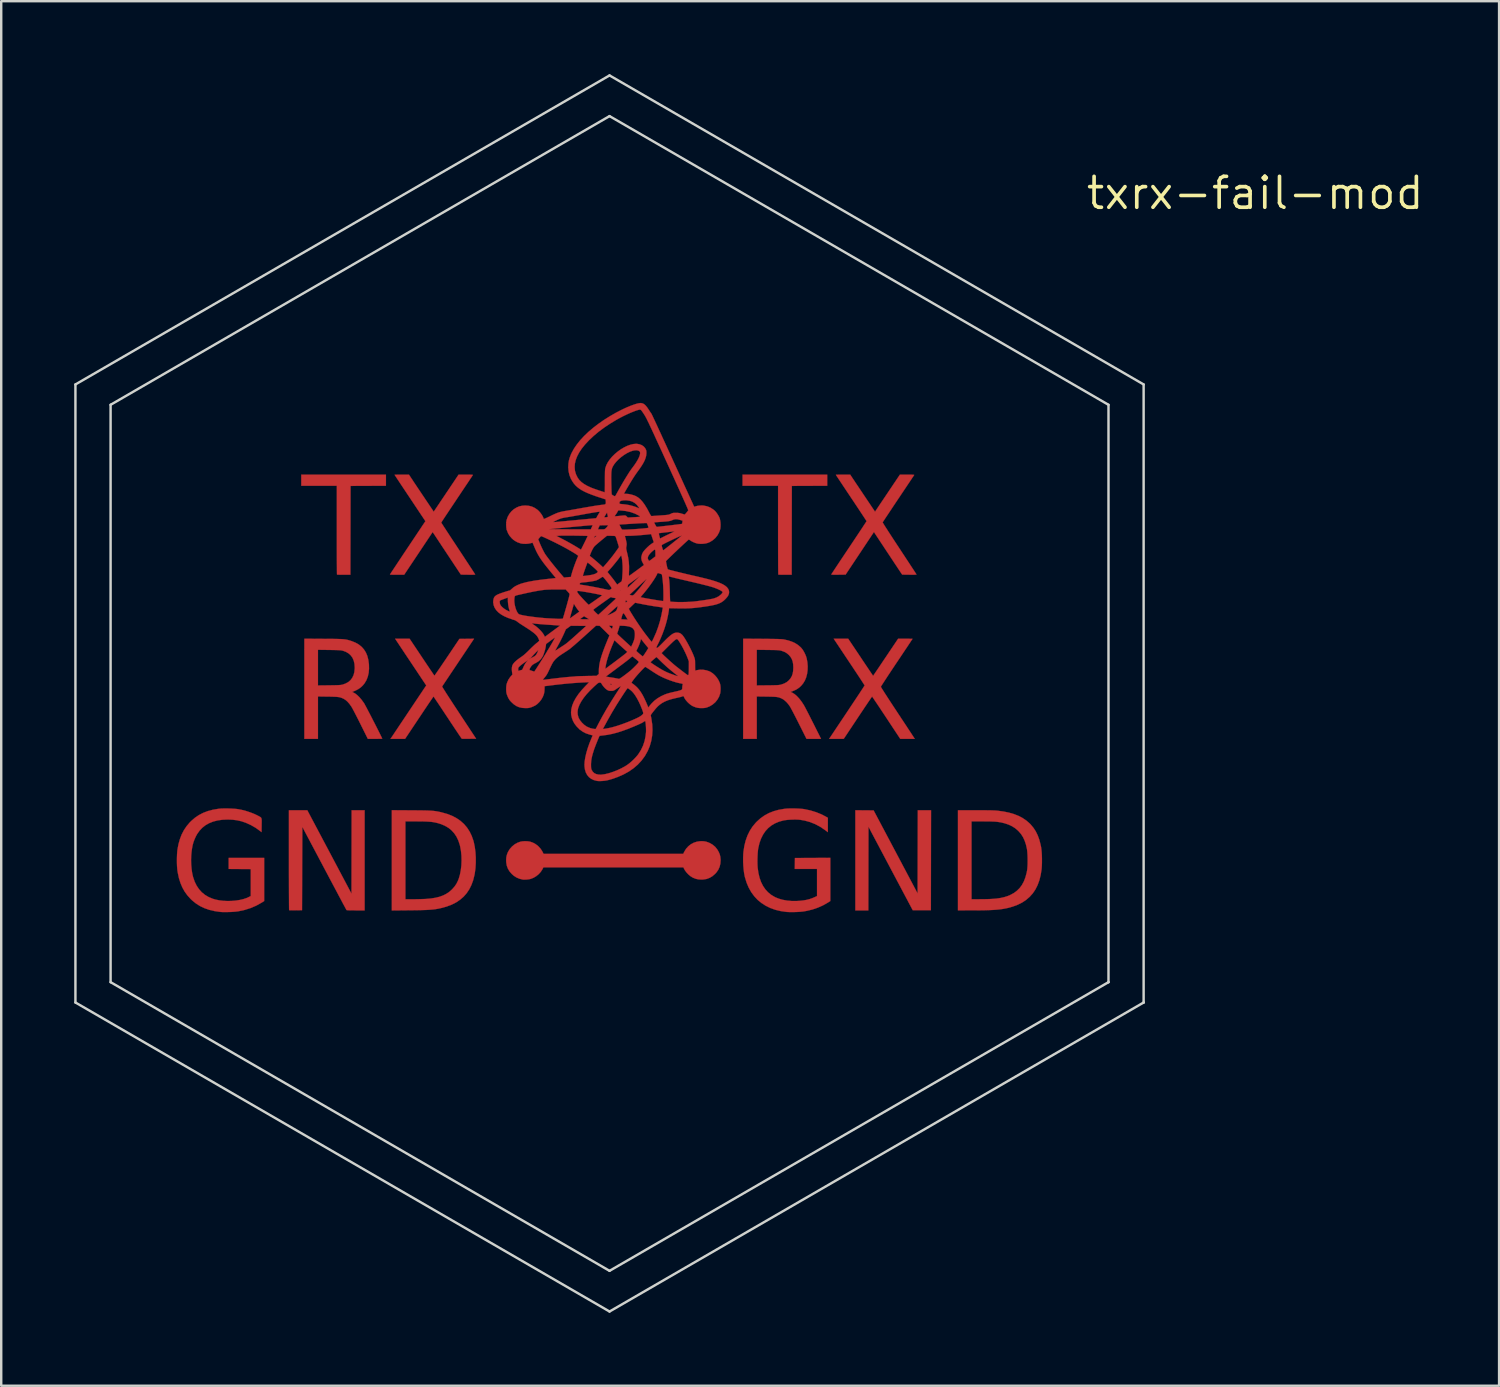
<source format=kicad_pcb>
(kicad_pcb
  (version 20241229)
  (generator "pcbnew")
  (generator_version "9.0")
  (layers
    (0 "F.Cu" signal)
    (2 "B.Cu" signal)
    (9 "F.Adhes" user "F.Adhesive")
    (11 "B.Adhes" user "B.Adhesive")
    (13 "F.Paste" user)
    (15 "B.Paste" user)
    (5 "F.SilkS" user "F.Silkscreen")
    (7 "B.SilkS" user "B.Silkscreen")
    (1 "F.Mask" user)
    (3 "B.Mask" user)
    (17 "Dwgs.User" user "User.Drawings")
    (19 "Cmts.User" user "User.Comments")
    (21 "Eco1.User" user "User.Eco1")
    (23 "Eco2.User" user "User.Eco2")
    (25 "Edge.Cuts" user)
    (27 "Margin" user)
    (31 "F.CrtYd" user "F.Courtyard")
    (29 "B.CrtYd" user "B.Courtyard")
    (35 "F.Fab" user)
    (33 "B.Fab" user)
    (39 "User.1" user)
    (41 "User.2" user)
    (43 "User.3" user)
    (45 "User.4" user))
  (footprint "txrx-fail-mod"
    (layer "F.Cu")
    (at 48.536 4.887)
    (property "Reference" "txrx-fail-mod" (at 0 0 0) (layer "F.SilkS") (effects (font (size 1.27 1.27) (thickness 0.15))))
    (attr through_hole)
    (fp_poly (pts (xy -15.683 25.368) (xy -13.875 28.781) (xy -13.872 27.071) (xy -13.868 25.362) (xy -13.322 25.362) (xy -13.329 29.47) (xy -14.075 29.47) (xy -14.985 27.755) (xy -15.894 26.039) (xy -15.897 27.758) (xy -15.9 29.477) (xy -16.434 29.477) (xy -16.434 25.362) (xy -15.683 25.368)) (stroke (width 0.01) (type solid)) (fill yes) (layer "F.Cu"))
    (fp_poly (pts (xy -35.725 12.027) (xy -36.452 12.03) (xy -37.179 12.033) (xy -37.182 13.859) (xy -37.186 15.684) (xy -37.457 15.684) (xy -37.537 15.684) (xy -37.609 15.683) (xy -37.668 15.681) (xy -37.711 15.679) (xy -37.734 15.677) (xy -37.736 15.676) (xy -37.737 15.663) (xy -37.738 15.625) (xy -37.739 15.565) (xy -37.74 15.484) (xy -37.74 15.383) (xy -37.741 15.264) (xy -37.742 15.128) (xy -37.743 14.977) (xy -37.743 14.812) (xy -37.744 14.634) (xy -37.744 14.445) (xy -37.744 14.247) (xy -37.744 14.04) (xy -37.744 13.847) (xy -37.744 12.027) (xy -39.205 12.027) (xy -39.205 11.57) (xy -35.725 11.57) (xy -35.725 12.027)) (stroke (width 0.01) (type solid)) (fill yes) (layer "F.Cu"))
    (fp_poly (pts (xy -17.59 12.027) (xy -18.317 12.03) (xy -19.044 12.033) (xy -19.047 13.859) (xy -19.05 15.684) (xy -19.321 15.684) (xy -19.401 15.684) (xy -19.473 15.683) (xy -19.532 15.681) (xy -19.575 15.679) (xy -19.598 15.677) (xy -19.6 15.676) (xy -19.601 15.663) (xy -19.602 15.625) (xy -19.603 15.565) (xy -19.604 15.484) (xy -19.605 15.383) (xy -19.606 15.264) (xy -19.606 15.128) (xy -19.607 14.977) (xy -19.608 14.812) (xy -19.608 14.634) (xy -19.608 14.445) (xy -19.609 14.247) (xy -19.609 14.04) (xy -19.609 13.847) (xy -19.609 12.027) (xy -21.069 12.027) (xy -21.069 11.57) (xy -17.59 11.57) (xy -17.59 12.027)) (stroke (width 0.01) (type solid)) (fill yes) (layer "F.Cu"))
    (fp_poly (pts (xy -36.601 29.477) (xy -36.968 29.477) (xy -37.081 29.476) (xy -37.172 29.476) (xy -37.241 29.474) (xy -37.291 29.472) (xy -37.324 29.468) (xy -37.342 29.464) (xy -37.348 29.461) (xy -37.355 29.448) (xy -37.373 29.414) (xy -37.402 29.36) (xy -37.441 29.287) (xy -37.49 29.197) (xy -37.546 29.09) (xy -37.611 28.969) (xy -37.683 28.833) (xy -37.762 28.685) (xy -37.846 28.526) (xy -37.936 28.357) (xy -38.031 28.179) (xy -38.129 27.993) (xy -38.231 27.801) (xy -38.26 27.746) (xy -39.16 26.047) (xy -39.167 27.758) (xy -39.173 29.47) (xy -39.434 29.474) (xy -39.513 29.474) (xy -39.584 29.474) (xy -39.641 29.473) (xy -39.682 29.471) (xy -39.703 29.469) (xy -39.704 29.468) (xy -39.705 29.455) (xy -39.706 29.418) (xy -39.707 29.357) (xy -39.708 29.276) (xy -39.709 29.174) (xy -39.709 29.054) (xy -39.71 28.916) (xy -39.711 28.763) (xy -39.711 28.595) (xy -39.712 28.413) (xy -39.712 28.22) (xy -39.713 28.016) (xy -39.713 27.802) (xy -39.713 27.581) (xy -39.713 27.411) (xy -39.713 25.362) (xy -39.335 25.362) (xy -38.957 25.362) (xy -37.141 28.789) (xy -37.138 27.075) (xy -37.135 25.362) (xy -36.601 25.362) (xy -36.601 29.477)) (stroke (width 0.01) (type solid)) (fill yes) (layer "F.Cu"))
    (fp_poly (pts (xy -22.663 26.636) (xy -22.576 26.651) (xy -22.491 26.678) (xy -22.422 26.707) (xy -22.301 26.776) (xy -22.199 26.861) (xy -22.114 26.964) (xy -22.054 27.065) (xy -22.009 27.167) (xy -21.983 27.27) (xy -21.972 27.384) (xy -21.971 27.422) (xy -21.982 27.563) (xy -22.014 27.692) (xy -22.068 27.811) (xy -22.146 27.921) (xy -22.199 27.978) (xy -22.307 28.071) (xy -22.42 28.139) (xy -22.543 28.185) (xy -22.676 28.207) (xy -22.758 28.211) (xy -22.88 28.203) (xy -22.991 28.18) (xy -23.1 28.137) (xy -23.133 28.12) (xy -23.212 28.07) (xy -23.292 28.003) (xy -23.366 27.926) (xy -23.427 27.847) (xy -23.457 27.797) (xy -23.501 27.712) (xy -29.254 27.712) (xy -29.299 27.797) (xy -29.364 27.897) (xy -29.448 27.989) (xy -29.547 28.07) (xy -29.655 28.135) (xy -29.767 28.18) (xy -29.79 28.187) (xy -29.851 28.199) (xy -29.921 28.208) (xy -29.992 28.213) (xy -30.055 28.214) (xy -30.093 28.211) (xy -30.232 28.179) (xy -30.355 28.128) (xy -30.467 28.057) (xy -30.556 27.978) (xy -30.647 27.873) (xy -30.714 27.76) (xy -30.759 27.638) (xy -30.781 27.504) (xy -30.785 27.419) (xy -30.78 27.311) (xy -30.762 27.216) (xy -30.73 27.124) (xy -30.704 27.066) (xy -30.633 26.952) (xy -30.543 26.851) (xy -30.438 26.765) (xy -30.322 26.699) (xy -30.198 26.654) (xy -30.185 26.651) (xy -30.101 26.638) (xy -30.004 26.633) (xy -29.907 26.637) (xy -29.819 26.649) (xy -29.808 26.651) (xy -29.687 26.692) (xy -29.572 26.755) (xy -29.467 26.837) (xy -29.376 26.934) (xy -29.304 27.042) (xy -29.3 27.051) (xy -29.247 27.153) (xy -23.508 27.153) (xy -23.465 27.067) (xy -23.391 26.946) (xy -23.299 26.843) (xy -23.192 26.759) (xy -23.073 26.695) (xy -22.942 26.653) (xy -22.804 26.633) (xy -22.762 26.632) (xy -22.663 26.636)) (stroke (width 0.01) (type solid)) (fill yes) (layer "F.Cu"))
    (fp_poly (pts (xy -34.681 25.365) (xy -34.505 25.366) (xy -34.352 25.368) (xy -34.219 25.369) (xy -34.105 25.371) (xy -34.006 25.374) (xy -33.92 25.378) (xy -33.845 25.382) (xy -33.778 25.388) (xy -33.717 25.395) (xy -33.659 25.403) (xy -33.603 25.413) (xy -33.544 25.425) (xy -33.482 25.438) (xy -33.426 25.452) (xy -33.206 25.514) (xy -33.005 25.592) (xy -32.823 25.688) (xy -32.66 25.8) (xy -32.516 25.929) (xy -32.392 26.075) (xy -32.286 26.238) (xy -32.199 26.418) (xy -32.13 26.614) (xy -32.113 26.679) (xy -32.073 26.875) (xy -32.046 27.086) (xy -32.033 27.306) (xy -32.033 27.528) (xy -32.046 27.747) (xy -32.074 27.955) (xy -32.087 28.023) (xy -32.14 28.237) (xy -32.211 28.432) (xy -32.299 28.609) (xy -32.406 28.769) (xy -32.531 28.912) (xy -32.675 29.037) (xy -32.837 29.147) (xy -33.02 29.24) (xy -33.222 29.317) (xy -33.399 29.368) (xy -33.476 29.386) (xy -33.55 29.403) (xy -33.622 29.416) (xy -33.696 29.428) (xy -33.775 29.438) (xy -33.859 29.446) (xy -33.953 29.453) (xy -34.058 29.459) (xy -34.178 29.463) (xy -34.314 29.467) (xy -34.469 29.47) (xy -34.645 29.472) (xy -34.75 29.473) (xy -35.484 29.48) (xy -35.484 25.819) (xy -34.925 25.819) (xy -34.925 29.02) (xy -34.617 29.019) (xy -34.514 29.019) (xy -34.404 29.017) (xy -34.295 29.014) (xy -34.193 29.011) (xy -34.108 29.008) (xy -34.09 29.007) (xy -33.881 28.989) (xy -33.694 28.959) (xy -33.525 28.918) (xy -33.375 28.863) (xy -33.239 28.794) (xy -33.117 28.711) (xy -33.014 28.619) (xy -32.913 28.507) (xy -32.832 28.39) (xy -32.767 28.261) (xy -32.734 28.178) (xy -32.684 28.009) (xy -32.648 27.824) (xy -32.625 27.628) (xy -32.617 27.427) (xy -32.622 27.225) (xy -32.642 27.029) (xy -32.676 26.843) (xy -32.691 26.784) (xy -32.749 26.608) (xy -32.825 26.449) (xy -32.919 26.309) (xy -33.031 26.186) (xy -33.161 26.082) (xy -33.308 25.997) (xy -33.444 25.939) (xy -33.526 25.911) (xy -33.605 25.888) (xy -33.683 25.869) (xy -33.764 25.853) (xy -33.852 25.841) (xy -33.948 25.832) (xy -34.058 25.826) (xy -34.183 25.822) (xy -34.327 25.82) (xy -34.48 25.819) (xy -34.925 25.819) (xy -35.484 25.819) (xy -35.484 25.36) (xy -34.681 25.365)) (stroke (width 0.01) (type solid)) (fill yes) (layer "F.Cu"))
    (fp_poly (pts (xy -11.49 25.362) (xy -11.316 25.362) (xy -11.164 25.363) (xy -11.034 25.364) (xy -10.923 25.365) (xy -10.828 25.367) (xy -10.749 25.37) (xy -10.683 25.373) (xy -10.627 25.377) (xy -10.588 25.381) (xy -10.342 25.414) (xy -10.116 25.461) (xy -9.911 25.521) (xy -9.724 25.595) (xy -9.556 25.684) (xy -9.404 25.787) (xy -9.269 25.905) (xy -9.22 25.956) (xy -9.11 26.089) (xy -9.016 26.235) (xy -8.938 26.396) (xy -8.873 26.574) (xy -8.822 26.771) (xy -8.799 26.883) (xy -8.786 26.98) (xy -8.775 27.095) (xy -8.768 27.224) (xy -8.765 27.359) (xy -8.765 27.494) (xy -8.768 27.624) (xy -8.776 27.742) (xy -8.781 27.798) (xy -8.818 28.03) (xy -8.872 28.243) (xy -8.944 28.438) (xy -9.033 28.616) (xy -9.141 28.776) (xy -9.268 28.918) (xy -9.413 29.044) (xy -9.577 29.153) (xy -9.76 29.245) (xy -9.963 29.321) (xy -10.185 29.382) (xy -10.185 29.382) (xy -10.275 29.4) (xy -10.366 29.417) (xy -10.462 29.431) (xy -10.564 29.443) (xy -10.675 29.452) (xy -10.798 29.46) (xy -10.934 29.466) (xy -11.086 29.471) (xy -11.257 29.474) (xy -11.448 29.476) (xy -11.662 29.476) (xy -11.668 29.476) (xy -12.217 29.477) (xy -12.217 25.819) (xy -11.659 25.819) (xy -11.659 29.02) (xy -11.344 29.019) (xy -11.242 29.018) (xy -11.135 29.017) (xy -11.028 29.015) (xy -10.931 29.012) (xy -10.85 29.008) (xy -10.826 29.007) (xy -10.636 28.992) (xy -10.467 28.967) (xy -10.314 28.933) (xy -10.174 28.889) (xy -10.063 28.842) (xy -9.918 28.763) (xy -9.791 28.668) (xy -9.68 28.558) (xy -9.586 28.43) (xy -9.507 28.284) (xy -9.444 28.118) (xy -9.394 27.933) (xy -9.376 27.839) (xy -9.366 27.762) (xy -9.359 27.666) (xy -9.354 27.556) (xy -9.353 27.438) (xy -9.354 27.318) (xy -9.358 27.201) (xy -9.365 27.094) (xy -9.374 27.001) (xy -9.382 26.949) (xy -9.423 26.769) (xy -9.477 26.609) (xy -9.543 26.467) (xy -9.624 26.341) (xy -9.722 26.227) (xy -9.752 26.197) (xy -9.869 26.098) (xy -9.997 26.017) (xy -10.139 25.951) (xy -10.301 25.897) (xy -10.33 25.89) (xy -10.402 25.872) (xy -10.472 25.857) (xy -10.544 25.846) (xy -10.62 25.836) (xy -10.704 25.829) (xy -10.8 25.825) (xy -10.911 25.821) (xy -11.04 25.82) (xy -11.191 25.819) (xy -11.202 25.819) (xy -11.659 25.819) (xy -12.217 25.819) (xy -12.217 25.362) (xy -11.49 25.362)) (stroke (width 0.01) (type solid)) (fill yes) (layer "F.Cu"))
    (fp_poly (pts (xy -32.756 19.288) (xy -32.851 19.43) (xy -32.942 19.566) (xy -33.028 19.694) (xy -33.108 19.814) (xy -33.181 19.923) (xy -33.246 20.02) (xy -33.302 20.104) (xy -33.348 20.173) (xy -33.383 20.226) (xy -33.406 20.261) (xy -33.416 20.276) (xy -33.417 20.277) (xy -33.411 20.289) (xy -33.392 20.321) (xy -33.361 20.371) (xy -33.319 20.438) (xy -33.267 20.521) (xy -33.205 20.618) (xy -33.134 20.727) (xy -33.056 20.847) (xy -32.971 20.977) (xy -32.881 21.115) (xy -32.785 21.26) (xy -32.722 21.356) (xy -32.019 22.422) (xy -32.306 22.425) (xy -32.39 22.426) (xy -32.465 22.426) (xy -32.528 22.426) (xy -32.575 22.425) (xy -32.602 22.424) (xy -32.607 22.424) (xy -32.616 22.412) (xy -32.638 22.382) (xy -32.671 22.333) (xy -32.716 22.268) (xy -32.77 22.187) (xy -32.832 22.094) (xy -32.903 21.989) (xy -32.979 21.874) (xy -33.062 21.75) (xy -33.148 21.619) (xy -33.191 21.554) (xy -33.28 21.42) (xy -33.364 21.293) (xy -33.443 21.174) (xy -33.516 21.064) (xy -33.582 20.965) (xy -33.64 20.879) (xy -33.689 20.807) (xy -33.727 20.75) (xy -33.754 20.711) (xy -33.768 20.691) (xy -33.77 20.688) (xy -33.778 20.699) (xy -33.799 20.729) (xy -33.832 20.777) (xy -33.876 20.841) (xy -33.93 20.92) (xy -33.993 21.013) (xy -34.063 21.117) (xy -34.14 21.232) (xy -34.222 21.355) (xy -34.309 21.486) (xy -34.358 21.558) (xy -34.938 22.428) (xy -35.537 22.428) (xy -35.514 22.392) (xy -35.503 22.377) (xy -35.48 22.342) (xy -35.444 22.289) (xy -35.398 22.219) (xy -35.341 22.133) (xy -35.275 22.035) (xy -35.201 21.923) (xy -35.119 21.801) (xy -35.031 21.67) (xy -34.938 21.531) (xy -34.841 21.385) (xy -34.78 21.294) (xy -34.069 20.232) (xy -34.685 19.308) (xy -34.778 19.169) (xy -34.867 19.036) (xy -34.951 18.91) (xy -35.029 18.792) (xy -35.1 18.685) (xy -35.164 18.59) (xy -35.218 18.508) (xy -35.262 18.441) (xy -35.296 18.391) (xy -35.317 18.36) (xy -35.324 18.348) (xy -35.347 18.313) (xy -34.752 18.313) (xy -34.247 19.069) (xy -34.164 19.193) (xy -34.085 19.311) (xy -34.011 19.422) (xy -33.943 19.522) (xy -33.883 19.612) (xy -33.831 19.688) (xy -33.789 19.75) (xy -33.758 19.795) (xy -33.739 19.822) (xy -33.733 19.83) (xy -33.725 19.82) (xy -33.704 19.792) (xy -33.67 19.745) (xy -33.626 19.682) (xy -33.573 19.605) (xy -33.511 19.515) (xy -33.442 19.413) (xy -33.367 19.302) (xy -33.286 19.184) (xy -33.215 19.078) (xy -32.706 18.32) (xy -32.104 18.313) (xy -32.756 19.288)) (stroke (width 0.01) (type solid)) (fill yes) (layer "F.Cu"))
    (fp_poly (pts (xy -18.89 25.29) (xy -18.778 25.294) (xy -18.674 25.301) (xy -18.584 25.309) (xy -18.529 25.317) (xy -18.279 25.37) (xy -18.043 25.443) (xy -17.821 25.533) (xy -17.656 25.619) (xy -17.564 25.671) (xy -17.564 26.262) (xy -17.677 26.177) (xy -17.875 26.043) (xy -18.081 25.933) (xy -18.294 25.848) (xy -18.513 25.787) (xy -18.699 25.755) (xy -18.791 25.747) (xy -18.898 25.744) (xy -19.015 25.746) (xy -19.133 25.751) (xy -19.244 25.76) (xy -19.342 25.773) (xy -19.387 25.781) (xy -19.569 25.831) (xy -19.735 25.9) (xy -19.883 25.988) (xy -20.016 26.095) (xy -20.131 26.221) (xy -20.229 26.366) (xy -20.31 26.529) (xy -20.375 26.712) (xy -20.422 26.914) (xy -20.429 26.949) (xy -20.438 27.023) (xy -20.446 27.116) (xy -20.452 27.222) (xy -20.456 27.335) (xy -20.458 27.448) (xy -20.457 27.556) (xy -20.453 27.652) (xy -20.448 27.726) (xy -20.417 27.942) (xy -20.37 28.139) (xy -20.307 28.316) (xy -20.227 28.474) (xy -20.132 28.614) (xy -20.019 28.736) (xy -19.89 28.841) (xy -19.743 28.928) (xy -19.723 28.938) (xy -19.578 28.997) (xy -19.416 29.043) (xy -19.238 29.074) (xy -19.05 29.091) (xy -18.854 29.092) (xy -18.721 29.084) (xy -18.572 29.068) (xy -18.442 29.046) (xy -18.325 29.017) (xy -18.213 28.979) (xy -18.107 28.934) (xy -18.009 28.888) (xy -18.009 27.775) (xy -18.924 27.775) (xy -18.92 27.549) (xy -18.917 27.324) (xy -18.19 27.321) (xy -17.462 27.317) (xy -17.462 29.093) (xy -17.561 29.156) (xy -17.758 29.268) (xy -17.97 29.363) (xy -18.195 29.44) (xy -18.428 29.497) (xy -18.569 29.521) (xy -18.658 29.531) (xy -18.762 29.539) (xy -18.876 29.544) (xy -18.993 29.547) (xy -19.104 29.547) (xy -19.202 29.544) (xy -19.266 29.54) (xy -19.502 29.506) (xy -19.723 29.453) (xy -19.929 29.379) (xy -20.119 29.286) (xy -20.292 29.174) (xy -20.45 29.044) (xy -20.589 28.895) (xy -20.712 28.728) (xy -20.816 28.543) (xy -20.902 28.341) (xy -20.969 28.123) (xy -20.98 28.08) (xy -21.004 27.953) (xy -21.023 27.807) (xy -21.037 27.65) (xy -21.045 27.489) (xy -21.046 27.328) (xy -21.041 27.177) (xy -21.032 27.064) (xy -20.995 26.826) (xy -20.941 26.606) (xy -20.868 26.403) (xy -20.776 26.215) (xy -20.665 26.041) (xy -20.534 25.882) (xy -20.485 25.831) (xy -20.332 25.693) (xy -20.167 25.576) (xy -19.988 25.479) (xy -19.794 25.402) (xy -19.585 25.344) (xy -19.36 25.305) (xy -19.293 25.297) (xy -19.211 25.291) (xy -19.113 25.288) (xy -19.004 25.288) (xy -18.89 25.29)) (stroke (width 0.01) (type solid)) (fill yes) (layer "F.Cu"))
    (fp_poly (pts (xy -42.184 25.29) (xy -42.072 25.294) (xy -41.966 25.3) (xy -41.873 25.308) (xy -41.807 25.316) (xy -41.64 25.349) (xy -41.47 25.394) (xy -41.303 25.448) (xy -41.146 25.509) (xy -41.006 25.575) (xy -40.988 25.585) (xy -40.938 25.611) (xy -40.9 25.632) (xy -40.872 25.651) (xy -40.853 25.672) (xy -40.841 25.699) (xy -40.834 25.735) (xy -40.831 25.783) (xy -40.831 25.849) (xy -40.833 25.935) (xy -40.833 25.974) (xy -40.837 26.262) (xy -40.916 26.201) (xy -41.086 26.08) (xy -41.264 25.977) (xy -41.296 25.961) (xy -41.482 25.877) (xy -41.664 25.815) (xy -41.848 25.773) (xy -42.041 25.75) (xy -42.226 25.743) (xy -42.443 25.752) (xy -42.642 25.78) (xy -42.825 25.827) (xy -42.991 25.893) (xy -43.14 25.977) (xy -43.272 26.081) (xy -43.387 26.203) (xy -43.487 26.345) (xy -43.542 26.448) (xy -43.594 26.564) (xy -43.637 26.68) (xy -43.67 26.803) (xy -43.695 26.936) (xy -43.715 27.086) (xy -43.727 27.226) (xy -43.733 27.401) (xy -43.729 27.581) (xy -43.714 27.758) (xy -43.691 27.927) (xy -43.658 28.08) (xy -43.647 28.118) (xy -43.584 28.301) (xy -43.503 28.464) (xy -43.405 28.609) (xy -43.291 28.735) (xy -43.16 28.841) (xy -43.012 28.929) (xy -42.847 28.998) (xy -42.728 29.033) (xy -42.572 29.065) (xy -42.407 29.084) (xy -42.235 29.092) (xy -42.062 29.088) (xy -41.892 29.073) (xy -41.729 29.048) (xy -41.578 29.012) (xy -41.442 28.966) (xy -41.345 28.92) (xy -41.281 28.886) (xy -41.281 27.781) (xy -41.735 27.778) (xy -42.189 27.775) (xy -42.189 27.318) (xy -40.729 27.318) (xy -40.729 29.094) (xy -40.834 29.159) (xy -41.054 29.282) (xy -41.286 29.381) (xy -41.529 29.458) (xy -41.784 29.513) (xy -41.839 29.521) (xy -41.919 29.53) (xy -42.017 29.538) (xy -42.125 29.543) (xy -42.236 29.546) (xy -42.344 29.547) (xy -42.442 29.546) (xy -42.522 29.541) (xy -42.539 29.54) (xy -42.77 29.506) (xy -42.984 29.456) (xy -43.181 29.387) (xy -43.363 29.301) (xy -43.531 29.195) (xy -43.687 29.069) (xy -43.752 29.007) (xy -43.883 28.862) (xy -43.996 28.707) (xy -44.091 28.538) (xy -44.169 28.354) (xy -44.232 28.154) (xy -44.279 27.934) (xy -44.293 27.851) (xy -44.303 27.762) (xy -44.311 27.654) (xy -44.315 27.533) (xy -44.316 27.406) (xy -44.314 27.28) (xy -44.309 27.16) (xy -44.301 27.053) (xy -44.293 26.982) (xy -44.251 26.755) (xy -44.192 26.546) (xy -44.118 26.353) (xy -44.025 26.176) (xy -43.915 26.013) (xy -43.785 25.86) (xy -43.724 25.8) (xy -43.574 25.67) (xy -43.412 25.56) (xy -43.236 25.469) (xy -43.045 25.396) (xy -42.838 25.341) (xy -42.612 25.303) (xy -42.571 25.298) (xy -42.496 25.292) (xy -42.402 25.289) (xy -42.296 25.288) (xy -42.184 25.29)) (stroke (width 0.01) (type solid)) (fill yes) (layer "F.Cu"))
    (fp_poly (pts (xy -32.34 11.57) (xy -32.262 11.571) (xy -32.206 11.573) (xy -32.17 11.576) (xy -32.153 11.58) (xy -32.151 11.584) (xy -32.159 11.596) (xy -32.181 11.628) (xy -32.214 11.679) (xy -32.259 11.745) (xy -32.313 11.827) (xy -32.377 11.923) (xy -32.449 12.03) (xy -32.528 12.148) (xy -32.613 12.275) (xy -32.703 12.41) (xy -32.797 12.55) (xy -32.806 12.564) (xy -32.9 12.705) (xy -32.99 12.84) (xy -33.075 12.967) (xy -33.154 13.086) (xy -33.226 13.194) (xy -33.29 13.29) (xy -33.344 13.373) (xy -33.389 13.441) (xy -33.422 13.492) (xy -33.443 13.526) (xy -33.452 13.54) (xy -33.452 13.54) (xy -33.445 13.552) (xy -33.425 13.584) (xy -33.393 13.633) (xy -33.35 13.7) (xy -33.296 13.782) (xy -33.233 13.879) (xy -33.162 13.987) (xy -33.084 14.107) (xy -32.999 14.237) (xy -32.908 14.374) (xy -32.813 14.518) (xy -32.758 14.602) (xy -32.661 14.749) (xy -32.567 14.891) (xy -32.479 15.026) (xy -32.396 15.152) (xy -32.32 15.267) (xy -32.252 15.371) (xy -32.192 15.462) (xy -32.143 15.538) (xy -32.103 15.598) (xy -32.076 15.641) (xy -32.061 15.664) (xy -32.058 15.669) (xy -32.061 15.674) (xy -32.076 15.678) (xy -32.105 15.681) (xy -32.15 15.682) (xy -32.215 15.683) (xy -32.302 15.682) (xy -32.349 15.682) (xy -32.645 15.678) (xy -32.705 15.589) (xy -32.722 15.564) (xy -32.751 15.52) (xy -32.792 15.458) (xy -32.843 15.381) (xy -32.904 15.29) (xy -32.971 15.187) (xy -33.046 15.075) (xy -33.125 14.955) (xy -33.209 14.829) (xy -33.285 14.714) (xy -33.805 13.928) (xy -34.39 14.806) (xy -34.976 15.684) (xy -35.268 15.684) (xy -35.351 15.684) (xy -35.425 15.683) (xy -35.486 15.681) (xy -35.531 15.679) (xy -35.556 15.676) (xy -35.56 15.674) (xy -35.553 15.663) (xy -35.533 15.631) (xy -35.501 15.581) (xy -35.457 15.515) (xy -35.403 15.433) (xy -35.339 15.337) (xy -35.267 15.228) (xy -35.187 15.108) (xy -35.101 14.978) (xy -35.009 14.839) (xy -34.912 14.694) (xy -34.831 14.573) (xy -34.103 13.482) (xy -34.736 12.532) (xy -34.829 12.393) (xy -34.918 12.259) (xy -35.002 12.133) (xy -35.08 12.016) (xy -35.151 11.909) (xy -35.213 11.815) (xy -35.267 11.734) (xy -35.31 11.668) (xy -35.342 11.619) (xy -35.362 11.588) (xy -35.37 11.576) (xy -35.37 11.576) (xy -35.357 11.574) (xy -35.323 11.573) (xy -35.271 11.571) (xy -35.204 11.571) (xy -35.125 11.57) (xy -35.074 11.57) (xy -34.779 11.57) (xy -34.614 11.82) (xy -34.572 11.884) (xy -34.517 11.965) (xy -34.454 12.06) (xy -34.383 12.166) (xy -34.308 12.278) (xy -34.231 12.393) (xy -34.153 12.508) (xy -34.105 12.581) (xy -33.761 13.092) (xy -33.25 12.331) (xy -32.74 11.57) (xy -32.441 11.57) (xy -32.34 11.57)) (stroke (width 0.01) (type solid)) (fill yes) (layer "F.Cu"))
    (fp_poly (pts (xy -20.26 18.317) (xy -20.09 18.319) (xy -19.943 18.32) (xy -19.818 18.322) (xy -19.713 18.323) (xy -19.625 18.325) (xy -19.552 18.328) (xy -19.494 18.33) (xy -19.447 18.333) (xy -19.41 18.337) (xy -19.381 18.341) (xy -19.373 18.342) (xy -19.2 18.381) (xy -19.049 18.43) (xy -18.916 18.49) (xy -18.8 18.563) (xy -18.697 18.649) (xy -18.65 18.697) (xy -18.598 18.764) (xy -18.546 18.849) (xy -18.499 18.941) (xy -18.46 19.035) (xy -18.435 19.116) (xy -18.405 19.279) (xy -18.392 19.443) (xy -18.396 19.603) (xy -18.417 19.757) (xy -18.454 19.9) (xy -18.507 20.03) (xy -18.575 20.142) (xy -18.575 20.143) (xy -18.647 20.232) (xy -18.723 20.306) (xy -18.807 20.368) (xy -18.905 20.423) (xy -19.021 20.472) (xy -19.055 20.485) (xy -19.091 20.498) (xy -19.014 20.537) (xy -18.928 20.591) (xy -18.838 20.668) (xy -18.747 20.765) (xy -18.656 20.88) (xy -18.568 21.012) (xy -18.546 21.048) (xy -18.527 21.081) (xy -18.498 21.135) (xy -18.461 21.207) (xy -18.416 21.293) (xy -18.365 21.392) (xy -18.309 21.501) (xy -18.251 21.617) (xy -18.19 21.737) (xy -18.16 21.796) (xy -17.843 22.428) (xy -18.44 22.428) (xy -18.751 21.809) (xy -18.811 21.689) (xy -18.87 21.572) (xy -18.927 21.462) (xy -18.979 21.361) (xy -19.026 21.272) (xy -19.066 21.197) (xy -19.099 21.138) (xy -19.121 21.098) (xy -19.128 21.088) (xy -19.199 20.991) (xy -19.277 20.905) (xy -19.357 20.835) (xy -19.434 20.784) (xy -19.444 20.78) (xy -19.489 20.758) (xy -19.53 20.741) (xy -19.571 20.727) (xy -19.614 20.716) (xy -19.663 20.708) (xy -19.721 20.702) (xy -19.792 20.698) (xy -19.879 20.695) (xy -19.985 20.693) (xy -20.082 20.691) (xy -20.485 20.686) (xy -20.485 22.428) (xy -21.044 22.428) (xy -21.044 20.233) (xy -20.485 20.233) (xy -20.031 20.228) (xy -19.91 20.227) (xy -19.811 20.225) (xy -19.731 20.223) (xy -19.667 20.221) (xy -19.617 20.218) (xy -19.577 20.215) (xy -19.544 20.21) (xy -19.515 20.205) (xy -19.487 20.198) (xy -19.478 20.195) (xy -19.357 20.153) (xy -19.255 20.097) (xy -19.169 20.025) (xy -19.16 20.016) (xy -19.093 19.935) (xy -19.044 19.848) (xy -19.01 19.75) (xy -18.99 19.638) (xy -18.983 19.507) (xy -18.983 19.494) (xy -18.989 19.364) (xy -19.009 19.251) (xy -19.044 19.153) (xy -19.094 19.065) (xy -19.16 18.986) (xy -19.245 18.912) (xy -19.345 18.854) (xy -19.463 18.81) (xy -19.478 18.806) (xy -19.506 18.799) (xy -19.534 18.793) (xy -19.566 18.788) (xy -19.603 18.784) (xy -19.65 18.781) (xy -19.708 18.779) (xy -19.782 18.777) (xy -19.875 18.776) (xy -19.989 18.774) (xy -20.031 18.774) (xy -20.485 18.768) (xy -20.485 20.233) (xy -21.044 20.233) (xy -21.044 18.312) (xy -20.26 18.317)) (stroke (width 0.01) (type solid)) (fill yes) (layer "F.Cu"))
    (fp_poly (pts (xy -16.217 19.075) (xy -16.134 19.2) (xy -16.054 19.319) (xy -15.98 19.429) (xy -15.912 19.53) (xy -15.852 19.619) (xy -15.801 19.695) (xy -15.759 19.757) (xy -15.728 19.802) (xy -15.709 19.83) (xy -15.704 19.837) (xy -15.696 19.827) (xy -15.676 19.797) (xy -15.643 19.75) (xy -15.6 19.686) (xy -15.547 19.608) (xy -15.486 19.518) (xy -15.417 19.416) (xy -15.342 19.304) (xy -15.262 19.185) (xy -15.188 19.075) (xy -14.676 18.313) (xy -14.38 18.313) (xy -14.296 18.314) (xy -14.222 18.314) (xy -14.16 18.315) (xy -14.115 18.316) (xy -14.089 18.317) (xy -14.084 18.318) (xy -14.091 18.329) (xy -14.111 18.359) (xy -14.144 18.408) (xy -14.187 18.474) (xy -14.241 18.554) (xy -14.303 18.648) (xy -14.375 18.755) (xy -14.453 18.872) (xy -14.537 18.998) (xy -14.627 19.132) (xy -14.721 19.273) (xy -14.735 19.293) (xy -14.829 19.434) (xy -14.92 19.57) (xy -15.005 19.699) (xy -15.085 19.819) (xy -15.157 19.929) (xy -15.221 20.027) (xy -15.276 20.112) (xy -15.321 20.182) (xy -15.355 20.235) (xy -15.376 20.271) (xy -15.385 20.288) (xy -15.385 20.288) (xy -15.378 20.302) (xy -15.358 20.336) (xy -15.326 20.388) (xy -15.283 20.456) (xy -15.23 20.54) (xy -15.167 20.637) (xy -15.096 20.747) (xy -15.018 20.867) (xy -14.933 20.997) (xy -14.843 21.134) (xy -14.748 21.277) (xy -14.714 21.33) (xy -14.618 21.475) (xy -14.525 21.616) (xy -14.437 21.749) (xy -14.354 21.874) (xy -14.279 21.989) (xy -14.21 22.093) (xy -14.151 22.183) (xy -14.101 22.259) (xy -14.062 22.319) (xy -14.034 22.361) (xy -14.02 22.384) (xy -14.018 22.387) (xy -13.993 22.428) (xy -14.588 22.428) (xy -15.163 21.558) (xy -15.251 21.424) (xy -15.336 21.297) (xy -15.415 21.177) (xy -15.489 21.067) (xy -15.555 20.968) (xy -15.614 20.881) (xy -15.662 20.809) (xy -15.701 20.752) (xy -15.729 20.712) (xy -15.744 20.691) (xy -15.746 20.689) (xy -15.754 20.699) (xy -15.775 20.729) (xy -15.808 20.777) (xy -15.852 20.842) (xy -15.906 20.921) (xy -15.968 21.014) (xy -16.039 21.118) (xy -16.115 21.233) (xy -16.198 21.356) (xy -16.285 21.487) (xy -16.332 21.558) (xy -16.91 22.427) (xy -17.511 22.428) (xy -16.782 21.337) (xy -16.682 21.187) (xy -16.586 21.042) (xy -16.495 20.905) (xy -16.409 20.777) (xy -16.331 20.659) (xy -16.26 20.552) (xy -16.199 20.458) (xy -16.146 20.379) (xy -16.105 20.315) (xy -16.075 20.268) (xy -16.057 20.24) (xy -16.053 20.232) (xy -16.06 20.219) (xy -16.08 20.188) (xy -16.112 20.138) (xy -16.155 20.071) (xy -16.209 19.989) (xy -16.271 19.894) (xy -16.342 19.787) (xy -16.42 19.669) (xy -16.504 19.543) (xy -16.593 19.409) (xy -16.686 19.269) (xy -16.688 19.266) (xy -17.323 18.313) (xy -16.727 18.313) (xy -16.217 19.075)) (stroke (width 0.01) (type solid)) (fill yes) (layer "F.Cu"))
    (fp_poly (pts (xy -38.294 18.317) (xy -38.121 18.318) (xy -37.971 18.319) (xy -37.843 18.32) (xy -37.732 18.322) (xy -37.638 18.325) (xy -37.558 18.328) (xy -37.49 18.333) (xy -37.43 18.338) (xy -37.378 18.345) (xy -37.331 18.354) (xy -37.286 18.364) (xy -37.241 18.377) (xy -37.194 18.391) (xy -37.142 18.408) (xy -37.135 18.41) (xy -36.979 18.473) (xy -36.842 18.55) (xy -36.726 18.643) (xy -36.629 18.752) (xy -36.55 18.877) (xy -36.49 19.019) (xy -36.449 19.179) (xy -36.425 19.357) (xy -36.424 19.361) (xy -36.42 19.544) (xy -36.435 19.715) (xy -36.471 19.872) (xy -36.527 20.016) (xy -36.603 20.144) (xy -36.673 20.23) (xy -36.759 20.312) (xy -36.857 20.381) (xy -36.97 20.441) (xy -37.09 20.491) (xy -37.104 20.498) (xy -37.1 20.505) (xy -37.073 20.518) (xy -37.073 20.518) (xy -36.991 20.563) (xy -36.904 20.631) (xy -36.814 20.718) (xy -36.724 20.824) (xy -36.636 20.945) (xy -36.625 20.961) (xy -36.61 20.986) (xy -36.586 21.03) (xy -36.553 21.091) (xy -36.513 21.166) (xy -36.468 21.253) (xy -36.417 21.35) (xy -36.363 21.454) (xy -36.307 21.563) (xy -36.25 21.675) (xy -36.192 21.787) (xy -36.136 21.897) (xy -36.083 22.002) (xy -36.033 22.101) (xy -35.988 22.191) (xy -35.949 22.269) (xy -35.917 22.334) (xy -35.894 22.382) (xy -35.881 22.412) (xy -35.877 22.421) (xy -35.89 22.423) (xy -35.924 22.425) (xy -35.976 22.426) (xy -36.043 22.427) (xy -36.122 22.428) (xy -36.173 22.428) (xy -36.469 22.428) (xy -36.772 21.819) (xy -36.832 21.699) (xy -36.891 21.583) (xy -36.947 21.472) (xy -37 21.371) (xy -37.047 21.28) (xy -37.088 21.204) (xy -37.121 21.144) (xy -37.144 21.104) (xy -37.149 21.096) (xy -37.229 20.986) (xy -37.31 20.895) (xy -37.392 20.825) (xy -37.466 20.78) (xy -37.512 20.759) (xy -37.554 20.741) (xy -37.594 20.728) (xy -37.636 20.717) (xy -37.684 20.709) (xy -37.741 20.703) (xy -37.81 20.699) (xy -37.895 20.696) (xy -37.999 20.693) (xy -38.11 20.692) (xy -38.519 20.686) (xy -38.519 22.428) (xy -39.078 22.428) (xy -39.078 20.233) (xy -38.519 20.233) (xy -38.059 20.228) (xy -37.931 20.226) (xy -37.827 20.224) (xy -37.742 20.222) (xy -37.674 20.219) (xy -37.621 20.216) (xy -37.579 20.212) (xy -37.546 20.207) (xy -37.519 20.201) (xy -37.517 20.201) (xy -37.387 20.156) (xy -37.275 20.095) (xy -37.183 20.017) (xy -37.111 19.922) (xy -37.057 19.811) (xy -37.023 19.684) (xy -37.009 19.54) (xy -37.008 19.497) (xy -37.018 19.349) (xy -37.047 19.218) (xy -37.096 19.104) (xy -37.163 19.006) (xy -37.25 18.924) (xy -37.357 18.859) (xy -37.483 18.81) (xy -37.517 18.801) (xy -37.544 18.795) (xy -37.576 18.79) (xy -37.617 18.786) (xy -37.669 18.783) (xy -37.736 18.78) (xy -37.819 18.778) (xy -37.922 18.776) (xy -38.047 18.774) (xy -38.059 18.774) (xy -38.519 18.768) (xy -38.519 20.233) (xy -39.078 20.233) (xy -39.078 18.312) (xy -38.294 18.317)) (stroke (width 0.01) (type solid)) (fill yes) (layer "F.Cu"))
    (fp_poly (pts (xy -14.207 11.57) (xy -14.133 11.571) (xy -14.078 11.572) (xy -14.043 11.575) (xy -14.022 11.579) (xy -14.016 11.583) (xy -14.016 11.586) (xy -14.025 11.598) (xy -14.046 11.631) (xy -14.08 11.681) (xy -14.124 11.748) (xy -14.179 11.83) (xy -14.243 11.925) (xy -14.315 12.033) (xy -14.393 12.15) (xy -14.478 12.277) (xy -14.568 12.412) (xy -14.662 12.552) (xy -14.665 12.556) (xy -14.759 12.696) (xy -14.849 12.831) (xy -14.933 12.958) (xy -15.012 13.077) (xy -15.084 13.185) (xy -15.148 13.281) (xy -15.203 13.363) (xy -15.247 13.431) (xy -15.281 13.482) (xy -15.302 13.516) (xy -15.311 13.529) (xy -15.311 13.529) (xy -15.305 13.543) (xy -15.286 13.576) (xy -15.253 13.629) (xy -15.209 13.701) (xy -15.152 13.789) (xy -15.085 13.894) (xy -15.007 14.014) (xy -14.919 14.149) (xy -14.822 14.298) (xy -14.716 14.459) (xy -14.623 14.6) (xy -14.526 14.748) (xy -14.432 14.89) (xy -14.344 15.025) (xy -14.261 15.15) (xy -14.185 15.266) (xy -14.117 15.37) (xy -14.057 15.461) (xy -14.007 15.537) (xy -13.968 15.598) (xy -13.94 15.64) (xy -13.925 15.664) (xy -13.923 15.669) (xy -13.925 15.674) (xy -13.94 15.678) (xy -13.969 15.681) (xy -14.015 15.682) (xy -14.08 15.683) (xy -14.167 15.682) (xy -14.213 15.682) (xy -14.509 15.678) (xy -14.556 15.608) (xy -14.571 15.587) (xy -14.598 15.545) (xy -14.637 15.487) (xy -14.687 15.412) (xy -14.745 15.324) (xy -14.812 15.224) (xy -14.885 15.113) (xy -14.964 14.994) (xy -15.047 14.868) (xy -15.134 14.737) (xy -15.137 14.733) (xy -15.67 13.927) (xy -16.252 14.803) (xy -16.834 15.678) (xy -17.131 15.682) (xy -17.225 15.683) (xy -17.297 15.683) (xy -17.35 15.682) (xy -17.385 15.681) (xy -17.407 15.678) (xy -17.418 15.674) (xy -17.42 15.668) (xy -17.42 15.665) (xy -17.412 15.652) (xy -17.39 15.619) (xy -17.357 15.568) (xy -17.312 15.5) (xy -17.257 15.417) (xy -17.193 15.32) (xy -17.12 15.21) (xy -17.04 15.089) (xy -16.953 14.959) (xy -16.86 14.82) (xy -16.763 14.675) (xy -16.692 14.569) (xy -16.593 14.42) (xy -16.497 14.277) (xy -16.407 14.141) (xy -16.322 14.014) (xy -16.245 13.897) (xy -16.175 13.792) (xy -16.114 13.699) (xy -16.063 13.621) (xy -16.022 13.559) (xy -15.993 13.514) (xy -15.977 13.488) (xy -15.973 13.481) (xy -15.98 13.469) (xy -16 13.437) (xy -16.033 13.387) (xy -16.076 13.321) (xy -16.13 13.239) (xy -16.192 13.145) (xy -16.263 13.038) (xy -16.341 12.92) (xy -16.425 12.794) (xy -16.514 12.66) (xy -16.604 12.526) (xy -16.697 12.386) (xy -16.786 12.253) (xy -16.869 12.128) (xy -16.947 12.011) (xy -17.017 11.905) (xy -17.08 11.811) (xy -17.133 11.731) (xy -17.176 11.666) (xy -17.208 11.617) (xy -17.227 11.587) (xy -17.234 11.576) (xy -17.222 11.574) (xy -17.188 11.573) (xy -17.135 11.571) (xy -17.068 11.57) (xy -16.99 11.57) (xy -16.939 11.57) (xy -16.643 11.57) (xy -16.609 11.624) (xy -16.596 11.643) (xy -16.571 11.682) (xy -16.533 11.738) (xy -16.485 11.81) (xy -16.429 11.895) (xy -16.364 11.991) (xy -16.293 12.097) (xy -16.216 12.211) (xy -16.136 12.331) (xy -16.1 12.385) (xy -15.625 13.092) (xy -15.114 12.331) (xy -14.603 11.57) (xy -14.305 11.57) (xy -14.207 11.57)) (stroke (width 0.01) (type solid)) (fill yes) (layer "F.Cu"))
    (fp_poly (pts (xy -25.183 8.64) (xy -25.133 8.662) (xy -25.085 8.697) (xy -25.036 8.747) (xy -24.983 8.814) (xy -24.924 8.902) (xy -24.911 8.922) (xy -24.879 8.972) (xy -24.849 9.016) (xy -24.826 9.049) (xy -24.816 9.061) (xy -24.808 9.076) (xy -24.791 9.112) (xy -24.764 9.168) (xy -24.728 9.245) (xy -24.684 9.339) (xy -24.632 9.45) (xy -24.573 9.577) (xy -24.508 9.719) (xy -24.436 9.874) (xy -24.36 10.041) (xy -24.278 10.219) (xy -24.192 10.406) (xy -24.103 10.602) (xy -24.01 10.804) (xy -23.927 10.986) (xy -23.832 11.193) (xy -23.741 11.394) (xy -23.652 11.588) (xy -23.568 11.773) (xy -23.488 11.949) (xy -23.413 12.113) (xy -23.343 12.264) (xy -23.28 12.402) (xy -23.224 12.526) (xy -23.175 12.633) (xy -23.133 12.723) (xy -23.101 12.795) (xy -23.077 12.847) (xy -23.062 12.878) (xy -23.058 12.887) (xy -23.045 12.886) (xy -23.017 12.877) (xy -23.001 12.872) (xy -22.924 12.852) (xy -22.834 12.84) (xy -22.741 12.836) (xy -22.666 12.841) (xy -22.525 12.871) (xy -22.395 12.923) (xy -22.275 12.999) (xy -22.213 13.05) (xy -22.164 13.103) (xy -22.113 13.171) (xy -22.065 13.247) (xy -22.026 13.321) (xy -22.009 13.362) (xy -21.991 13.434) (xy -21.978 13.521) (xy -21.972 13.615) (xy -21.974 13.706) (xy -21.982 13.786) (xy -21.988 13.814) (xy -22.035 13.946) (xy -22.102 14.067) (xy -22.189 14.174) (xy -22.293 14.265) (xy -22.41 14.337) (xy -22.496 14.374) (xy -22.582 14.397) (xy -22.681 14.41) (xy -22.785 14.414) (xy -22.882 14.408) (xy -22.949 14.396) (xy -23.028 14.37) (xy -23.109 14.335) (xy -23.183 14.295) (xy -23.226 14.266) (xy -23.255 14.248) (xy -23.278 14.24) (xy -23.283 14.24) (xy -23.297 14.251) (xy -23.327 14.277) (xy -23.371 14.316) (xy -23.426 14.367) (xy -23.491 14.427) (xy -23.563 14.494) (xy -23.64 14.566) (xy -23.72 14.641) (xy -23.8 14.718) (xy -23.88 14.793) (xy -23.956 14.866) (xy -24.026 14.933) (xy -24.088 14.994) (xy -24.14 15.045) (xy -24.18 15.085) (xy -24.206 15.112) (xy -24.215 15.124) (xy -24.214 15.144) (xy -24.208 15.183) (xy -24.198 15.236) (xy -24.185 15.297) (xy -24.184 15.303) (xy -24.169 15.368) (xy -24.158 15.412) (xy -24.148 15.441) (xy -24.139 15.457) (xy -24.127 15.466) (xy -24.111 15.471) (xy -24.048 15.489) (xy -23.964 15.51) (xy -23.863 15.536) (xy -23.748 15.565) (xy -23.622 15.596) (xy -23.49 15.627) (xy -23.355 15.66) (xy -23.221 15.691) (xy -23.091 15.721) (xy -23.084 15.722) (xy -22.918 15.76) (xy -22.774 15.794) (xy -22.648 15.825) (xy -22.538 15.852) (xy -22.44 15.878) (xy -22.352 15.903) (xy -22.269 15.927) (xy -22.19 15.952) (xy -22.168 15.959) (xy -22.019 16.013) (xy -21.894 16.069) (xy -21.794 16.128) (xy -21.717 16.19) (xy -21.664 16.256) (xy -21.632 16.325) (xy -21.622 16.395) (xy -21.629 16.46) (xy -21.651 16.522) (xy -21.69 16.586) (xy -21.749 16.656) (xy -21.78 16.688) (xy -21.836 16.741) (xy -21.894 16.786) (xy -21.956 16.825) (xy -22.026 16.859) (xy -22.106 16.889) (xy -22.199 16.916) (xy -22.308 16.94) (xy -22.435 16.964) (xy -22.583 16.987) (xy -22.65 16.997) (xy -22.808 17.019) (xy -22.947 17.036) (xy -23.073 17.049) (xy -23.192 17.058) (xy -23.31 17.064) (xy -23.433 17.067) (xy -23.566 17.068) (xy -23.717 17.066) (xy -23.72 17.066) (xy -24.092 17.059) (xy -24.092 17.088) (xy -24.095 17.12) (xy -24.102 17.172) (xy -24.113 17.239) (xy -24.127 17.315) (xy -24.143 17.395) (xy -24.16 17.475) (xy -24.177 17.549) (xy -24.18 17.561) (xy -24.229 17.739) (xy -24.291 17.928) (xy -24.362 18.12) (xy -24.439 18.306) (xy -24.519 18.479) (xy -24.553 18.545) (xy -24.583 18.603) (xy -24.6 18.644) (xy -24.607 18.669) (xy -24.604 18.682) (xy -24.603 18.683) (xy -24.593 18.689) (xy -24.578 18.688) (xy -24.558 18.677) (xy -24.529 18.655) (xy -24.491 18.62) (xy -24.441 18.572) (xy -24.377 18.508) (xy -24.314 18.444) (xy -24.214 18.342) (xy -24.127 18.259) (xy -24.051 18.193) (xy -23.985 18.142) (xy -23.926 18.104) (xy -23.872 18.079) (xy -23.821 18.065) (xy -23.77 18.06) (xy -23.762 18.06) (xy -23.681 18.07) (xy -23.611 18.101) (xy -23.548 18.155) (xy -23.536 18.169) (xy -23.494 18.224) (xy -23.444 18.298) (xy -23.39 18.388) (xy -23.332 18.489) (xy -23.274 18.597) (xy -23.217 18.708) (xy -23.163 18.818) (xy -23.115 18.923) (xy -23.076 19.019) (xy -23.061 19.056) (xy -23.046 19.098) (xy -23.036 19.132) (xy -23.028 19.165) (xy -23.023 19.2) (xy -23.021 19.244) (xy -23.02 19.301) (xy -23.019 19.378) (xy -23.019 19.396) (xy -23.019 19.469) (xy -23.018 19.531) (xy -23.016 19.58) (xy -23.014 19.611) (xy -23.012 19.621) (xy -22.998 19.618) (xy -22.966 19.611) (xy -22.93 19.602) (xy -22.812 19.585) (xy -22.686 19.588) (xy -22.559 19.61) (xy -22.439 19.65) (xy -22.386 19.675) (xy -22.293 19.736) (xy -22.204 19.817) (xy -22.123 19.912) (xy -22.057 20.016) (xy -22.008 20.123) (xy -21.991 20.176) (xy -21.978 20.248) (xy -21.972 20.334) (xy -21.973 20.425) (xy -21.98 20.51) (xy -21.99 20.568) (xy -22.036 20.699) (xy -22.104 20.818) (xy -22.191 20.925) (xy -22.296 21.015) (xy -22.415 21.088) (xy -22.514 21.129) (xy -22.565 21.145) (xy -22.612 21.155) (xy -22.662 21.161) (xy -22.725 21.163) (xy -22.752 21.164) (xy -22.846 21.161) (xy -22.926 21.15) (xy -23.002 21.13) (xy -23.084 21.097) (xy -23.126 21.078) (xy -23.194 21.036) (xy -23.267 20.978) (xy -23.338 20.909) (xy -23.401 20.836) (xy -23.449 20.765) (xy -23.456 20.751) (xy -23.499 20.667) (xy -23.559 20.69) (xy -23.593 20.701) (xy -23.646 20.715) (xy -23.711 20.73) (xy -23.782 20.746) (xy -23.806 20.751) (xy -23.977 20.792) (xy -24.125 20.837) (xy -24.255 20.89) (xy -24.369 20.951) (xy -24.472 21.022) (xy -24.546 21.086) (xy -24.577 21.118) (xy -24.616 21.16) (xy -24.659 21.211) (xy -24.703 21.265) (xy -24.747 21.319) (xy -24.785 21.369) (xy -24.816 21.411) (xy -24.835 21.441) (xy -24.841 21.455) (xy -24.839 21.473) (xy -24.833 21.51) (xy -24.823 21.56) (xy -24.815 21.602) (xy -24.781 21.838) (xy -24.771 22.069) (xy -24.785 22.294) (xy -24.822 22.513) (xy -24.882 22.723) (xy -24.966 22.925) (xy -25.073 23.116) (xy -25.092 23.146) (xy -25.225 23.325) (xy -25.378 23.489) (xy -25.551 23.637) (xy -25.744 23.771) (xy -25.957 23.889) (xy -26.191 23.992) (xy -26.391 24.064) (xy -26.462 24.086) (xy -26.536 24.107) (xy -26.603 24.125) (xy -26.651 24.136) (xy -26.73 24.149) (xy -26.818 24.158) (xy -26.907 24.162) (xy -26.987 24.162) (xy -27.052 24.156) (xy -27.059 24.155) (xy -27.184 24.121) (xy -27.292 24.069) (xy -27.383 23.999) (xy -27.456 23.911) (xy -27.511 23.807) (xy -27.547 23.687) (xy -27.565 23.552) (xy -27.564 23.489) (xy -27.297 23.489) (xy -27.296 23.558) (xy -27.294 23.608) (xy -27.289 23.645) (xy -27.28 23.677) (xy -27.269 23.706) (xy -27.223 23.781) (xy -27.161 23.838) (xy -27.082 23.876) (xy -26.986 23.897) (xy -26.872 23.899) (xy -26.742 23.882) (xy -26.709 23.876) (xy -26.552 23.837) (xy -26.386 23.782) (xy -26.217 23.716) (xy -26.054 23.64) (xy -25.903 23.558) (xy -25.819 23.505) (xy -25.731 23.441) (xy -25.636 23.361) (xy -25.542 23.273) (xy -25.455 23.182) (xy -25.38 23.094) (xy -25.35 23.054) (xy -25.242 22.883) (xy -25.157 22.703) (xy -25.094 22.512) (xy -25.054 22.31) (xy -25.037 22.155) (xy -25.035 22.1) (xy -25.036 22.035) (xy -25.038 21.964) (xy -25.042 21.893) (xy -25.048 21.826) (xy -25.054 21.768) (xy -25.061 21.725) (xy -25.068 21.702) (xy -25.07 21.7) (xy -25.085 21.7) (xy -25.112 21.713) (xy -25.123 21.72) (xy -25.15 21.74) (xy -25.184 21.76) (xy -25.226 21.782) (xy -25.28 21.808) (xy -25.349 21.84) (xy -25.437 21.878) (xy -25.517 21.912) (xy -25.767 22.015) (xy -26.001 22.1) (xy -26.219 22.17) (xy -26.426 22.224) (xy -26.621 22.263) (xy -26.802 22.287) (xy -26.859 22.293) (xy -26.905 22.299) (xy -26.935 22.303) (xy -26.945 22.305) (xy -26.954 22.322) (xy -26.971 22.358) (xy -26.993 22.41) (xy -27.02 22.474) (xy -27.049 22.546) (xy -27.079 22.621) (xy -27.109 22.697) (xy -27.136 22.769) (xy -27.16 22.833) (xy -27.176 22.879) (xy -27.219 23.016) (xy -27.252 23.135) (xy -27.275 23.243) (xy -27.29 23.344) (xy -27.296 23.444) (xy -27.297 23.489) (xy -27.564 23.489) (xy -27.562 23.403) (xy -27.559 23.363) (xy -27.533 23.194) (xy -27.491 23.01) (xy -27.434 22.815) (xy -27.363 22.612) (xy -27.279 22.405) (xy -27.268 22.379) (xy -27.249 22.336) (xy -27.236 22.303) (xy -27.231 22.285) (xy -27.231 22.284) (xy -27.244 22.28) (xy -27.277 22.272) (xy -27.322 22.26) (xy -27.349 22.253) (xy -27.502 22.203) (xy -27.643 22.13) (xy -27.772 22.035) (xy -27.782 22.024) (xy -26.811 22.024) (xy -26.744 22.016) (xy -26.704 22.009) (xy -26.647 21.999) (xy -26.582 21.987) (xy -26.524 21.975) (xy -26.425 21.952) (xy -26.308 21.919) (xy -26.179 21.879) (xy -26.043 21.833) (xy -25.905 21.783) (xy -25.77 21.731) (xy -25.663 21.687) (xy -25.553 21.639) (xy -25.463 21.599) (xy -25.39 21.565) (xy -25.333 21.535) (xy -25.286 21.509) (xy -25.249 21.484) (xy -25.216 21.459) (xy -25.205 21.45) (xy -25.179 21.426) (xy -25.161 21.406) (xy -25.152 21.384) (xy -25.152 21.358) (xy -25.161 21.321) (xy -25.178 21.27) (xy -25.204 21.2) (xy -25.265 21.049) (xy -25.331 20.907) (xy -25.4 20.775) (xy -25.47 20.659) (xy -25.54 20.56) (xy -25.604 20.486) (xy -25.644 20.449) (xy -25.688 20.413) (xy -25.731 20.381) (xy -25.767 20.357) (xy -25.792 20.346) (xy -25.795 20.345) (xy -25.804 20.356) (xy -25.825 20.385) (xy -25.857 20.43) (xy -25.896 20.488) (xy -25.942 20.556) (xy -25.992 20.633) (xy -26.045 20.714) (xy -26.099 20.798) (xy -26.152 20.881) (xy -26.203 20.961) (xy -26.247 21.031) (xy -26.426 21.328) (xy -26.6 21.635) (xy -26.751 21.912) (xy -26.811 22.024) (xy -27.782 22.024) (xy -27.889 21.917) (xy -27.977 21.802) (xy -28.036 21.695) (xy -28.082 21.575) (xy -28.11 21.449) (xy -28.118 21.342) (xy -28.115 21.315) (xy -27.851 21.315) (xy -27.843 21.433) (xy -27.812 21.547) (xy -27.793 21.588) (xy -27.738 21.678) (xy -27.665 21.767) (xy -27.581 21.847) (xy -27.492 21.911) (xy -27.445 21.937) (xy -27.339 21.982) (xy -27.242 22.01) (xy -27.157 22.021) (xy -27.157 22.021) (xy -27.104 22.022) (xy -26.984 21.79) (xy -26.833 21.508) (xy -26.665 21.213) (xy -26.48 20.907) (xy -26.281 20.592) (xy -26.218 20.495) (xy -26.173 20.426) (xy -26.134 20.365) (xy -26.103 20.315) (xy -26.081 20.279) (xy -26.07 20.259) (xy -26.07 20.256) (xy -26.083 20.263) (xy -26.112 20.282) (xy -26.155 20.31) (xy -26.206 20.344) (xy -26.222 20.354) (xy -26.28 20.394) (xy -26.323 20.421) (xy -26.356 20.439) (xy -26.384 20.449) (xy -26.413 20.454) (xy -26.447 20.457) (xy -26.448 20.457) (xy -26.522 20.457) (xy -26.585 20.442) (xy -26.644 20.411) (xy -26.705 20.361) (xy -26.729 20.338) (xy -26.772 20.291) (xy -26.813 20.24) (xy -26.844 20.195) (xy -26.848 20.187) (xy -26.856 20.175) (xy -26.514 20.175) (xy -26.5 20.186) (xy -26.475 20.197) (xy -26.452 20.194) (xy -26.441 20.18) (xy -26.441 20.179) (xy -26.453 20.171) (xy -26.48 20.168) (xy -26.483 20.168) (xy -26.509 20.169) (xy -26.514 20.175) (xy -26.856 20.175) (xy -26.871 20.149) (xy -26.889 20.128) (xy -26.907 20.119) (xy -26.919 20.118) (xy -25.63 20.118) (xy -25.629 20.129) (xy -25.622 20.135) (xy -25.567 20.172) (xy -25.504 20.221) (xy -25.442 20.275) (xy -25.39 20.326) (xy -25.387 20.329) (xy -25.325 20.401) (xy -25.267 20.48) (xy -25.21 20.569) (xy -25.153 20.67) (xy -25.095 20.787) (xy -25.033 20.922) (xy -24.966 21.079) (xy -24.962 21.088) (xy -24.941 21.139) (xy -24.913 21.101) (xy -24.893 21.074) (xy -24.86 21.035) (xy -24.823 20.991) (xy -24.806 20.972) (xy -24.697 20.863) (xy -24.566 20.763) (xy -24.417 20.675) (xy -24.268 20.606) (xy -24.217 20.587) (xy -24.161 20.568) (xy -24.095 20.549) (xy -24.017 20.528) (xy -23.921 20.506) (xy -23.805 20.479) (xy -23.774 20.473) (xy -23.715 20.458) (xy -23.659 20.443) (xy -23.615 20.428) (xy -23.602 20.423) (xy -23.573 20.409) (xy -23.558 20.395) (xy -23.55 20.373) (xy -23.548 20.336) (xy -23.547 20.322) (xy -23.544 20.273) (xy -23.538 20.229) (xy -23.533 20.207) (xy -23.528 20.19) (xy -23.527 20.178) (xy -23.533 20.169) (xy -23.551 20.162) (xy -23.583 20.154) (xy -23.634 20.144) (xy -23.675 20.136) (xy -23.788 20.109) (xy -23.916 20.07) (xy -24.052 20.023) (xy -24.19 19.97) (xy -24.324 19.913) (xy -24.445 19.854) (xy -24.516 19.816) (xy -24.57 19.785) (xy -24.638 19.743) (xy -24.714 19.695) (xy -24.792 19.644) (xy -24.849 19.606) (xy -24.913 19.564) (xy -24.97 19.527) (xy -25.017 19.497) (xy -25.051 19.477) (xy -25.067 19.469) (xy -25.067 19.469) (xy -25.082 19.478) (xy -25.111 19.504) (xy -25.151 19.543) (xy -25.199 19.593) (xy -25.253 19.65) (xy -25.31 19.712) (xy -25.368 19.776) (xy -25.423 19.839) (xy -25.473 19.898) (xy -25.515 19.951) (xy -25.53 19.97) (xy -25.574 20.029) (xy -25.604 20.071) (xy -25.622 20.1) (xy -25.63 20.118) (xy -26.919 20.118) (xy -26.935 20.117) (xy -26.941 20.117) (xy -26.961 20.118) (xy -26.979 20.122) (xy -26.999 20.132) (xy -27.025 20.149) (xy -27.058 20.177) (xy -27.104 20.218) (xy -27.164 20.273) (xy -27.172 20.28) (xy -27.337 20.44) (xy -27.48 20.595) (xy -27.601 20.745) (xy -27.698 20.89) (xy -27.773 21.028) (xy -27.823 21.16) (xy -27.833 21.196) (xy -27.851 21.315) (xy -28.115 21.315) (xy -28.105 21.202) (xy -28.068 21.055) (xy -28.007 20.904) (xy -27.921 20.747) (xy -27.811 20.585) (xy -27.676 20.419) (xy -27.54 20.271) (xy -27.375 20.1) (xy -27.597 20.109) (xy -27.806 20.12) (xy -28.034 20.136) (xy -28.278 20.157) (xy -28.531 20.182) (xy -28.789 20.211) (xy -29.039 20.242) (xy -29.204 20.263) (xy -29.207 20.377) (xy -29.212 20.47) (xy -29.223 20.547) (xy -29.244 20.62) (xy -29.276 20.698) (xy -29.286 20.72) (xy -29.344 20.819) (xy -29.419 20.913) (xy -29.505 20.996) (xy -29.562 21.039) (xy -29.609 21.066) (xy -29.67 21.095) (xy -29.731 21.121) (xy -29.743 21.125) (xy -29.797 21.143) (xy -29.842 21.154) (xy -29.889 21.161) (xy -29.945 21.163) (xy -29.991 21.164) (xy -30.128 21.155) (xy -30.25 21.128) (xy -30.361 21.081) (xy -30.466 21.012) (xy -30.551 20.935) (xy -30.605 20.88) (xy -30.645 20.831) (xy -30.677 20.782) (xy -30.706 20.726) (xy -30.731 20.669) (xy -30.753 20.611) (xy -30.768 20.563) (xy -30.771 20.551) (xy -30.78 20.481) (xy -30.784 20.397) (xy -30.782 20.311) (xy -30.775 20.231) (xy -30.765 20.176) (xy -30.731 20.079) (xy -30.689 19.996) (xy -29.273 19.996) (xy -29.268 20.003) (xy -29.25 20.001) (xy -29.211 19.997) (xy -29.154 19.99) (xy -29.083 19.981) (xy -29.003 19.971) (xy -28.953 19.965) (xy -28.704 19.935) (xy -28.476 19.909) (xy -28.265 19.888) (xy -28.066 19.872) (xy -28.005 19.868) (xy -26.689 19.868) (xy -26.638 19.877) (xy -26.607 19.882) (xy -26.557 19.89) (xy -26.494 19.9) (xy -26.426 19.911) (xy -26.414 19.913) (xy -26.347 19.924) (xy -26.287 19.935) (xy -26.238 19.944) (xy -26.208 19.95) (xy -26.204 19.951) (xy -26.17 19.96) (xy -26.145 19.963) (xy -26.127 19.956) (xy -26.094 19.936) (xy -26.047 19.906) (xy -25.993 19.868) (xy -25.948 19.835) (xy -25.88 19.784) (xy -25.808 19.729) (xy -25.741 19.676) (xy -25.684 19.63) (xy -25.665 19.614) (xy -25.619 19.573) (xy -25.566 19.524) (xy -25.512 19.47) (xy -25.458 19.416) (xy -25.41 19.366) (xy -25.371 19.322) (xy -25.344 19.29) (xy -25.336 19.278) (xy -25.336 19.277) (xy -24.851 19.277) (xy -24.842 19.288) (xy -24.815 19.309) (xy -24.773 19.339) (xy -24.72 19.375) (xy -24.658 19.416) (xy -24.592 19.458) (xy -24.524 19.501) (xy -24.458 19.541) (xy -24.398 19.577) (xy -24.347 19.606) (xy -24.333 19.613) (xy -24.27 19.646) (xy -24.215 19.673) (xy -24.161 19.698) (xy -24.103 19.722) (xy -24.036 19.748) (xy -23.952 19.778) (xy -23.908 19.794) (xy -23.829 19.822) (xy -23.773 19.84) (xy -23.738 19.848) (xy -23.725 19.848) (xy -23.731 19.84) (xy -23.745 19.828) (xy -23.775 19.805) (xy -23.816 19.772) (xy -23.863 19.735) (xy -24.024 19.606) (xy -24.177 19.475) (xy -24.33 19.334) (xy -24.423 19.245) (xy -24.607 19.064) (xy -24.727 19.166) (xy -24.774 19.206) (xy -24.812 19.24) (xy -24.839 19.265) (xy -24.851 19.277) (xy -24.851 19.277) (xy -25.336 19.277) (xy -25.336 19.265) (xy -25.348 19.247) (xy -25.374 19.22) (xy -25.417 19.182) (xy -25.448 19.157) (xy -25.496 19.118) (xy -25.538 19.084) (xy -25.57 19.059) (xy -25.587 19.046) (xy -25.587 19.046) (xy -25.607 19.048) (xy -25.642 19.071) (xy -25.665 19.09) (xy -25.694 19.116) (xy -25.73 19.146) (xy -25.774 19.181) (xy -25.828 19.224) (xy -25.894 19.274) (xy -25.973 19.334) (xy -26.067 19.405) (xy -26.178 19.487) (xy -26.307 19.584) (xy -26.327 19.599) (xy -26.689 19.868) (xy -28.005 19.868) (xy -27.876 19.859) (xy -27.69 19.85) (xy -27.503 19.845) (xy -27.42 19.843) (xy -27.072 19.838) (xy -27.023 19.799) (xy -26.975 19.76) (xy -26.975 19.637) (xy -26.972 19.544) (xy -26.971 19.533) (xy -26.706 19.533) (xy -26.702 19.54) (xy -26.693 19.538) (xy -26.692 19.537) (xy -26.679 19.528) (xy -26.647 19.505) (xy -26.6 19.47) (xy -26.54 19.425) (xy -26.468 19.372) (xy -26.387 19.312) (xy -26.3 19.247) (xy -26.283 19.233) (xy -26.193 19.166) (xy -26.109 19.102) (xy -26.032 19.043) (xy -25.965 18.991) (xy -25.91 18.948) (xy -25.871 18.916) (xy -25.849 18.897) (xy -25.848 18.896) (xy -25.807 18.852) (xy -25.854 18.811) (xy -25.436 18.811) (xy -25.428 18.821) (xy -25.405 18.844) (xy -25.37 18.875) (xy -25.329 18.912) (xy -25.285 18.949) (xy -25.242 18.984) (xy -25.206 19.013) (xy -25.18 19.032) (xy -25.169 19.037) (xy -25.159 19.027) (xy -25.137 19.001) (xy -25.109 18.961) (xy -25.085 18.926) (xy -25.069 18.902) (xy -24.398 18.902) (xy -24.356 18.946) (xy -24.318 18.984) (xy -24.265 19.035) (xy -24.2 19.095) (xy -24.129 19.16) (xy -24.055 19.228) (xy -23.981 19.293) (xy -23.913 19.353) (xy -23.86 19.398) (xy -23.814 19.436) (xy -23.757 19.481) (xy -23.694 19.53) (xy -23.627 19.582) (xy -23.56 19.634) (xy -23.495 19.683) (xy -23.435 19.728) (xy -23.384 19.765) (xy -23.345 19.793) (xy -23.321 19.809) (xy -23.316 19.812) (xy -23.302 19.803) (xy -23.293 19.794) (xy -23.287 19.775) (xy -23.283 19.73) (xy -23.279 19.662) (xy -23.278 19.568) (xy -23.277 19.512) (xy -23.276 19.247) (xy -23.316 19.136) (xy -23.348 19.054) (xy -23.386 18.965) (xy -23.429 18.872) (xy -23.475 18.778) (xy -23.523 18.686) (xy -23.571 18.598) (xy -23.618 18.518) (xy -23.661 18.448) (xy -23.7 18.391) (xy -23.732 18.351) (xy -23.756 18.329) (xy -23.765 18.326) (xy -23.786 18.331) (xy -23.814 18.345) (xy -23.85 18.371) (xy -23.897 18.409) (xy -23.954 18.462) (xy -24.025 18.53) (xy -24.111 18.615) (xy -24.149 18.653) (xy -24.398 18.902) (xy -25.069 18.902) (xy -25.049 18.872) (xy -25.015 18.819) (xy -24.987 18.774) (xy -24.976 18.756) (xy -24.942 18.696) (xy -25.06 18.552) (xy -25.105 18.497) (xy -25.147 18.445) (xy -25.182 18.401) (xy -25.206 18.37) (xy -25.211 18.364) (xy -25.244 18.321) (xy -25.26 18.39) (xy -25.282 18.465) (xy -25.313 18.551) (xy -25.351 18.641) (xy -25.39 18.723) (xy -25.411 18.764) (xy -25.428 18.795) (xy -25.435 18.811) (xy -25.436 18.811) (xy -25.854 18.811) (xy -25.93 18.743) (xy -25.989 18.691) (xy -26.057 18.629) (xy -26.128 18.565) (xy -26.191 18.506) (xy -26.194 18.504) (xy -26.333 18.374) (xy -26.363 18.442) (xy -26.439 18.62) (xy -26.507 18.794) (xy -26.567 18.961) (xy -26.617 19.117) (xy -26.656 19.259) (xy -26.677 19.349) (xy -26.692 19.424) (xy -26.701 19.478) (xy -26.706 19.513) (xy -26.706 19.533) (xy -26.971 19.533) (xy -26.964 19.449) (xy -26.949 19.349) (xy -26.927 19.243) (xy -26.897 19.129) (xy -26.86 19.004) (xy -26.813 18.866) (xy -26.757 18.713) (xy -26.69 18.542) (xy -26.613 18.353) (xy -26.575 18.261) (xy -26.54 18.177) (xy -26.615 18.104) (xy -26.224 18.104) (xy -26.177 18.153) (xy -26.155 18.175) (xy -26.117 18.211) (xy -26.067 18.259) (xy -26.007 18.314) (xy -25.941 18.375) (xy -25.889 18.423) (xy -25.648 18.644) (xy -25.594 18.533) (xy -25.567 18.471) (xy -25.542 18.406) (xy -25.522 18.347) (xy -25.518 18.332) (xy -25.503 18.254) (xy -25.496 18.172) (xy -25.496 18.092) (xy -25.504 18.023) (xy -25.52 17.97) (xy -25.523 17.964) (xy -25.547 17.925) (xy -25.573 17.892) (xy -25.58 17.885) (xy -25.64 17.845) (xy -25.723 17.814) (xy -25.828 17.793) (xy -25.953 17.782) (xy -26.019 17.78) (xy -26.123 17.78) (xy -26.137 17.834) (xy -26.147 17.871) (xy -26.163 17.923) (xy -26.182 17.98) (xy -26.187 17.996) (xy -26.224 18.104) (xy -26.615 18.104) (xy -26.741 17.979) (xy -26.943 17.781) (xy -27.019 17.78) (xy -27.096 17.78) (xy -26.561 17.78) (xy -26.498 17.844) (xy -26.435 17.908) (xy -26.42 17.866) (xy -26.41 17.831) (xy -26.404 17.803) (xy -26.404 17.802) (xy -26.407 17.79) (xy -26.422 17.783) (xy -26.452 17.78) (xy -26.482 17.78) (xy -26.561 17.78) (xy -27.096 17.78) (xy -27.21 17.884) (xy -27.376 18.034) (xy -27.524 18.168) (xy -27.655 18.286) (xy -27.771 18.39) (xy -27.872 18.479) (xy -27.96 18.556) (xy -28.035 18.62) (xy -28.098 18.673) (xy -28.15 18.716) (xy -28.193 18.749) (xy -28.227 18.773) (xy -28.232 18.776) (xy -28.295 18.818) (xy -28.369 18.866) (xy -28.442 18.914) (xy -28.486 18.942) (xy -28.593 19.014) (xy -28.68 19.082) (xy -28.752 19.148) (xy -28.812 19.216) (xy -28.824 19.232) (xy -28.844 19.259) (xy -28.863 19.288) (xy -28.882 19.321) (xy -28.904 19.361) (xy -28.93 19.412) (xy -28.962 19.477) (xy -29.001 19.56) (xy -29.043 19.65) (xy -29.086 19.737) (xy -29.128 19.808) (xy -29.176 19.874) (xy -29.229 19.936) (xy -29.261 19.974) (xy -29.273 19.996) (xy -30.689 19.996) (xy -30.681 19.98) (xy -30.621 19.891) (xy -30.591 19.855) (xy -30.528 19.787) (xy -30.543 19.679) (xy -30.551 19.582) (xy -30.551 19.568) (xy -30.29 19.568) (xy -30.289 19.605) (xy -30.288 19.629) (xy -30.286 19.634) (xy -30.273 19.63) (xy -30.243 19.622) (xy -30.203 19.611) (xy -30.123 19.589) (xy -30.121 19.584) (xy -29.826 19.584) (xy -29.817 19.604) (xy -29.798 19.609) (xy -29.774 19.614) (xy -29.737 19.627) (xy -29.705 19.639) (xy -29.66 19.655) (xy -29.633 19.659) (xy -29.621 19.654) (xy -29.611 19.64) (xy -29.589 19.608) (xy -29.558 19.56) (xy -29.519 19.5) (xy -29.475 19.431) (xy -29.442 19.38) (xy -29.35 19.234) (xy -29.262 19.093) (xy -29.178 18.958) (xy -29.101 18.831) (xy -29.086 18.806) (xy -28.767 18.806) (xy -28.753 18.798) (xy -28.722 18.779) (xy -28.68 18.752) (xy -28.64 18.726) (xy -28.576 18.684) (xy -28.504 18.638) (xy -28.437 18.594) (xy -28.412 18.578) (xy -28.38 18.557) (xy -28.347 18.534) (xy -28.312 18.508) (xy -28.273 18.477) (xy -28.228 18.439) (xy -28.175 18.394) (xy -28.112 18.34) (xy -28.037 18.274) (xy -27.949 18.195) (xy -27.845 18.102) (xy -27.772 18.035) (xy -27.495 17.786) (xy -28.129 17.78) (xy -28.331 17.926) (xy -28.392 18.066) (xy -28.434 18.158) (xy -28.485 18.265) (xy -28.543 18.381) (xy -28.604 18.498) (xy -28.665 18.611) (xy -28.707 18.686) (xy -28.734 18.735) (xy -28.754 18.774) (xy -28.766 18.799) (xy -28.767 18.806) (xy -29.086 18.806) (xy -29.03 18.713) (xy -28.966 18.606) (xy -28.911 18.511) (xy -28.865 18.43) (xy -28.829 18.363) (xy -28.803 18.313) (xy -28.789 18.281) (xy -28.788 18.268) (xy -28.792 18.269) (xy -28.808 18.28) (xy -28.84 18.304) (xy -28.885 18.337) (xy -28.939 18.377) (xy -28.976 18.405) (xy -29.143 18.529) (xy -29.157 18.632) (xy -29.17 18.701) (xy -29.19 18.781) (xy -29.216 18.864) (xy -29.243 18.945) (xy -29.271 19.014) (xy -29.296 19.063) (xy -29.368 19.162) (xy -29.459 19.244) (xy -29.561 19.305) (xy -29.632 19.341) (xy -29.685 19.375) (xy -29.727 19.411) (xy -29.763 19.456) (xy -29.789 19.496) (xy -29.817 19.548) (xy -29.826 19.584) (xy -30.121 19.584) (xy -30.081 19.492) (xy -30.043 19.41) (xy -30.007 19.345) (xy -29.968 19.288) (xy -29.928 19.241) (xy -29.908 19.219) (xy -29.898 19.207) (xy -29.901 19.205) (xy -29.918 19.214) (xy -29.951 19.236) (xy -30.003 19.271) (xy -30.016 19.279) (xy -30.076 19.322) (xy -30.135 19.366) (xy -30.187 19.407) (xy -30.223 19.438) (xy -30.257 19.473) (xy -30.277 19.498) (xy -30.287 19.522) (xy -30.289 19.552) (xy -30.29 19.568) (xy -30.551 19.568) (xy -30.548 19.493) (xy -30.533 19.419) (xy -30.528 19.406) (xy -30.495 19.345) (xy -30.438 19.278) (xy -30.357 19.203) (xy -30.289 19.151) (xy -29.829 19.151) (xy -29.827 19.152) (xy -29.816 19.143) (xy -29.813 19.139) (xy -29.811 19.13) (xy -29.801 19.13) (xy -29.693 19.074) (xy -29.635 19.043) (xy -29.595 19.015) (xy -29.566 18.986) (xy -29.545 18.959) (xy -29.517 18.912) (xy -29.493 18.861) (xy -29.485 18.839) (xy -29.464 18.78) (xy -29.491 18.804) (xy -29.515 18.827) (xy -29.553 18.865) (xy -29.599 18.913) (xy -29.65 18.966) (xy -29.701 19.022) (xy -29.738 19.061) (xy -29.801 19.13) (xy -29.811 19.13) (xy -29.81 19.127) (xy -29.812 19.126) (xy -29.823 19.135) (xy -29.826 19.139) (xy -29.829 19.151) (xy -30.289 19.151) (xy -30.252 19.122) (xy -30.131 19.038) (xy -30.068 18.991) (xy -29.991 18.924) (xy -29.898 18.837) (xy -29.826 18.765) (xy -29.761 18.7) (xy -29.694 18.636) (xy -29.632 18.577) (xy -29.577 18.528) (xy -29.534 18.492) (xy -29.524 18.485) (xy -29.482 18.452) (xy -29.449 18.421) (xy -29.429 18.399) (xy -29.426 18.391) (xy -29.431 18.37) (xy -29.445 18.333) (xy -29.463 18.292) (xy -29.486 18.248) (xy -29.514 18.207) (xy -29.548 18.166) (xy -29.591 18.123) (xy -29.644 18.077) (xy -29.711 18.026) (xy -29.791 17.968) (xy -29.889 17.903) (xy -30.005 17.828) (xy -30.103 17.766) (xy -30.165 17.726) (xy -30.227 17.684) (xy -30.23 17.683) (xy -29.726 17.683) (xy -29.719 17.691) (xy -29.694 17.71) (xy -29.656 17.736) (xy -29.626 17.756) (xy -29.553 17.808) (xy -29.477 17.872) (xy -29.403 17.942) (xy -29.336 18.014) (xy -29.28 18.083) (xy -29.24 18.143) (xy -29.236 18.15) (xy -29.192 18.234) (xy -28.995 18.087) (xy -28.923 18.034) (xy -28.85 17.98) (xy -28.78 17.928) (xy -28.719 17.884) (xy -28.683 17.857) (xy -28.569 17.774) (xy -28.683 17.764) (xy -28.73 17.761) (xy -28.796 17.756) (xy -28.877 17.75) (xy -28.967 17.744) (xy -29.059 17.738) (xy -29.096 17.736) (xy -29.193 17.729) (xy -29.292 17.721) (xy -29.388 17.713) (xy -29.474 17.706) (xy -29.542 17.699) (xy -29.558 17.697) (xy -29.619 17.69) (xy -29.671 17.685) (xy -29.708 17.682) (xy -29.726 17.682) (xy -29.726 17.683) (xy -30.23 17.683) (xy -30.282 17.646) (xy -30.323 17.616) (xy -30.325 17.614) (xy -30.365 17.584) (xy -30.407 17.561) (xy -30.456 17.54) (xy -30.522 17.519) (xy -30.532 17.516) (xy -30.572 17.502) (xy -27.743 17.502) (xy -27.735 17.506) (xy -27.706 17.509) (xy -27.659 17.512) (xy -27.598 17.513) (xy -27.565 17.513) (xy -27.376 17.513) (xy -27.378 17.512) (xy -26.057 17.512) (xy -25.986 17.517) (xy -25.931 17.52) (xy -25.875 17.523) (xy -25.853 17.524) (xy -25.791 17.526) (xy -25.816 17.485) (xy -25.86 17.409) (xy -25.894 17.353) (xy -25.919 17.313) (xy -25.936 17.287) (xy -25.949 17.273) (xy -25.958 17.268) (xy -25.966 17.27) (xy -25.975 17.275) (xy -25.976 17.276) (xy -25.994 17.298) (xy -26.012 17.342) (xy -26.03 17.403) (xy -26.057 17.512) (xy -27.378 17.512) (xy -27.445 17.471) (xy -27.488 17.445) (xy -27.528 17.421) (xy -27.549 17.407) (xy -27.567 17.396) (xy -27.583 17.393) (xy -27.602 17.4) (xy -27.63 17.419) (xy -27.657 17.438) (xy -27.695 17.466) (xy -27.725 17.489) (xy -27.742 17.502) (xy -27.743 17.502) (xy -30.572 17.502) (xy -30.71 17.456) (xy -30.866 17.387) (xy -30.999 17.311) (xy -31.109 17.226) (xy -31.196 17.134) (xy -31.26 17.035) (xy -31.3 16.929) (xy -31.316 16.816) (xy -31.316 16.803) (xy -31.051 16.803) (xy -31.051 16.806) (xy -31.045 16.853) (xy -31.031 16.902) (xy -31.028 16.91) (xy -30.996 16.96) (xy -30.944 17.015) (xy -30.879 17.069) (xy -30.804 17.12) (xy -30.764 17.142) (xy -30.705 17.172) (xy -30.665 17.189) (xy -30.643 17.194) (xy -30.635 17.187) (xy -30.639 17.174) (xy -30.665 17.093) (xy -30.687 16.997) (xy -30.703 16.895) (xy -30.712 16.795) (xy -30.713 16.767) (xy -30.713 16.722) (xy -30.451 16.722) (xy -30.446 16.817) (xy -30.432 16.917) (xy -30.409 17.016) (xy -30.379 17.111) (xy -30.343 17.194) (xy -30.302 17.262) (xy -30.272 17.296) (xy -30.244 17.311) (xy -30.194 17.327) (xy -30.123 17.344) (xy -30.035 17.361) (xy -29.932 17.379) (xy -29.816 17.396) (xy -29.69 17.413) (xy -29.558 17.43) (xy -29.42 17.445) (xy -29.281 17.458) (xy -29.142 17.471) (xy -29.006 17.481) (xy -28.876 17.488) (xy -28.754 17.494) (xy -28.643 17.496) (xy -28.588 17.496) (xy -28.455 17.494) (xy -28.448 17.471) (xy -28.169 17.471) (xy -28.167 17.473) (xy -28.159 17.47) (xy -28.143 17.461) (xy -28.116 17.443) (xy -28.077 17.415) (xy -28.021 17.376) (xy -27.987 17.351) (xy -26.626 17.351) (xy -26.594 17.342) (xy -26.569 17.333) (xy -26.528 17.316) (xy -26.478 17.293) (xy -26.448 17.278) (xy -26.372 17.24) (xy -26.317 17.206) (xy -26.277 17.174) (xy -26.25 17.14) (xy -26.232 17.1) (xy -26.226 17.082) (xy -25.745 17.082) (xy -25.704 17.155) (xy -25.653 17.243) (xy -25.589 17.346) (xy -25.517 17.461) (xy -25.438 17.582) (xy -25.355 17.706) (xy -25.273 17.827) (xy -25.193 17.941) (xy -25.149 18.002) (xy -25.096 18.074) (xy -25.041 18.147) (xy -24.987 18.217) (xy -24.936 18.283) (xy -24.89 18.341) (xy -24.852 18.388) (xy -24.823 18.422) (xy -24.806 18.439) (xy -24.803 18.44) (xy -24.795 18.43) (xy -24.778 18.4) (xy -24.755 18.355) (xy -24.728 18.3) (xy -24.718 18.278) (xy -24.617 18.049) (xy -24.532 17.816) (xy -24.459 17.576) (xy -24.399 17.322) (xy -24.352 17.066) (xy -24.35 17.054) (xy -24.349 17.044) (xy -24.353 17.037) (xy -24.365 17.03) (xy -24.387 17.024) (xy -24.422 17.018) (xy -24.474 17.01) (xy -24.545 16.999) (xy -24.638 16.986) (xy -24.638 16.986) (xy -24.723 16.974) (xy -24.825 16.957) (xy -24.936 16.938) (xy -25.049 16.918) (xy -25.154 16.898) (xy -25.179 16.893) (xy -25.485 16.833) (xy -25.615 16.957) (xy -25.745 17.082) (xy -26.226 17.082) (xy -26.22 17.061) (xy -26.21 17.018) (xy -26.205 16.986) (xy -26.205 16.971) (xy -26.205 16.971) (xy -26.215 16.978) (xy -26.241 16.999) (xy -26.279 17.031) (xy -26.325 17.072) (xy -26.378 17.119) (xy -26.433 17.169) (xy -26.487 17.218) (xy -26.537 17.265) (xy -26.579 17.305) (xy -26.594 17.32) (xy -26.626 17.351) (xy -27.987 17.351) (xy -27.948 17.323) (xy -27.944 17.32) (xy -27.777 17.2) (xy -27.833 17.13) (xy -27.839 17.122) (xy -27.203 17.122) (xy -27.195 17.137) (xy -27.173 17.164) (xy -27.141 17.198) (xy -27.105 17.235) (xy -27.067 17.271) (xy -27.034 17.301) (xy -27.009 17.321) (xy -26.996 17.327) (xy -26.984 17.316) (xy -26.955 17.291) (xy -26.912 17.252) (xy -26.857 17.202) (xy -26.792 17.142) (xy -26.719 17.076) (xy -26.645 17.008) (xy -26.566 16.935) (xy -26.493 16.868) (xy -26.427 16.807) (xy -26.385 16.768) (xy -25.884 16.768) (xy -25.876 16.803) (xy -25.875 16.808) (xy -25.867 16.82) (xy -25.854 16.816) (xy -25.837 16.801) (xy -25.816 16.779) (xy -25.806 16.764) (xy -25.806 16.763) (xy -25.817 16.755) (xy -25.844 16.749) (xy -25.845 16.749) (xy -25.873 16.75) (xy -25.884 16.768) (xy -26.385 16.768) (xy -26.371 16.755) (xy -26.327 16.715) (xy -26.298 16.687) (xy -26.285 16.675) (xy -26.275 16.665) (xy -26.276 16.657) (xy -26.29 16.649) (xy -26.322 16.64) (xy -26.373 16.627) (xy -26.467 16.606) (xy -25.258 16.606) (xy -25.243 16.611) (xy -25.206 16.619) (xy -25.151 16.63) (xy -25.082 16.643) (xy -25.001 16.658) (xy -24.912 16.674) (xy -24.819 16.69) (xy -24.726 16.706) (xy -24.635 16.721) (xy -24.549 16.734) (xy -24.474 16.746) (xy -24.411 16.755) (xy -24.365 16.761) (xy -24.343 16.763) (xy -24.335 16.762) (xy -24.33 16.755) (xy -24.326 16.739) (xy -24.323 16.712) (xy -24.322 16.671) (xy -24.321 16.611) (xy -24.321 16.53) (xy -24.321 16.488) (xy -24.324 16.31) (xy -24.332 16.134) (xy -24.345 15.967) (xy -24.362 15.816) (xy -24.371 15.755) (xy -24.372 15.752) (xy -24.101 15.752) (xy -24.1 15.766) (xy -24.097 15.799) (xy -24.091 15.847) (xy -24.084 15.901) (xy -24.078 15.96) (xy -24.072 16.04) (xy -24.067 16.136) (xy -24.063 16.245) (xy -24.059 16.361) (xy -24.058 16.418) (xy -24.055 16.526) (xy -24.053 16.611) (xy -24.051 16.675) (xy -24.049 16.723) (xy -24.046 16.755) (xy -24.042 16.776) (xy -24.037 16.787) (xy -24.031 16.791) (xy -24.03 16.791) (xy -23.889 16.8) (xy -23.732 16.805) (xy -23.566 16.806) (xy -23.4 16.803) (xy -23.241 16.796) (xy -23.12 16.788) (xy -23.047 16.781) (xy -22.959 16.771) (xy -22.861 16.758) (xy -22.757 16.744) (xy -22.652 16.729) (xy -22.55 16.714) (xy -22.457 16.699) (xy -22.375 16.684) (xy -22.309 16.672) (xy -22.266 16.662) (xy -22.144 16.62) (xy -22.041 16.564) (xy -21.966 16.503) (xy -21.924 16.46) (xy -21.9 16.429) (xy -21.891 16.406) (xy -21.896 16.387) (xy -21.911 16.369) (xy -21.944 16.345) (xy -21.997 16.316) (xy -22.064 16.283) (xy -22.142 16.25) (xy -22.225 16.219) (xy -22.284 16.198) (xy -22.356 16.177) (xy -22.45 16.15) (xy -22.566 16.12) (xy -22.702 16.086) (xy -22.855 16.048) (xy -23.026 16.007) (xy -23.211 15.964) (xy -23.404 15.919) (xy -23.508 15.895) (xy -23.612 15.871) (xy -23.711 15.847) (xy -23.802 15.826) (xy -23.878 15.807) (xy -23.934 15.792) (xy -23.937 15.792) (xy -23.997 15.776) (xy -24.047 15.764) (xy -24.083 15.755) (xy -24.1 15.752) (xy -24.101 15.752) (xy -24.372 15.752) (xy -24.378 15.711) (xy -24.384 15.679) (xy -24.388 15.665) (xy -24.388 15.664) (xy -24.402 15.659) (xy -24.432 15.648) (xy -24.47 15.636) (xy -24.508 15.624) (xy -24.539 15.615) (xy -24.555 15.611) (xy -24.556 15.612) (xy -24.563 15.624) (xy -24.578 15.653) (xy -24.598 15.693) (xy -24.603 15.704) (xy -24.644 15.778) (xy -24.699 15.867) (xy -24.766 15.967) (xy -24.841 16.074) (xy -24.921 16.184) (xy -25.005 16.294) (xy -25.089 16.398) (xy -25.165 16.489) (xy -25.203 16.533) (xy -25.233 16.57) (xy -25.252 16.595) (xy -25.258 16.606) (xy -26.467 16.606) (xy -26.485 16.602) (xy -26.844 16.857) (xy -26.928 16.917) (xy -27.005 16.973) (xy -27.073 17.022) (xy -27.129 17.063) (xy -27.17 17.095) (xy -27.196 17.115) (xy -27.203 17.122) (xy -27.839 17.122) (xy -27.868 17.083) (xy -27.908 17.026) (xy -27.943 16.971) (xy -27.945 16.968) (xy -28.002 16.876) (xy -28.016 16.931) (xy -28.024 16.961) (xy -28.038 17.01) (xy -28.056 17.073) (xy -28.077 17.147) (xy -28.099 17.225) (xy -28.1 17.225) (xy -28.121 17.299) (xy -28.139 17.364) (xy -28.154 17.417) (xy -28.164 17.454) (xy -28.169 17.471) (xy -28.169 17.471) (xy -28.448 17.471) (xy -28.4 17.31) (xy -28.381 17.244) (xy -28.357 17.16) (xy -28.329 17.064) (xy -28.3 16.961) (xy -28.272 16.859) (xy -28.257 16.805) (xy -28.23 16.705) (xy -28.209 16.627) (xy -28.194 16.568) (xy -28.185 16.525) (xy -28.18 16.495) (xy -28.18 16.475) (xy -28.183 16.463) (xy -28.184 16.461) (xy -28.2 16.441) (xy -28.228 16.408) (xy -28.252 16.381) (xy -27.866 16.381) (xy -27.855 16.409) (xy -27.829 16.449) (xy -27.787 16.502) (xy -27.727 16.57) (xy -27.716 16.582) (xy -27.633 16.673) (xy -27.56 16.751) (xy -27.498 16.816) (xy -27.45 16.865) (xy -27.415 16.899) (xy -27.395 16.915) (xy -27.392 16.916) (xy -27.379 16.909) (xy -27.349 16.889) (xy -27.304 16.858) (xy -27.246 16.818) (xy -27.179 16.771) (xy -27.108 16.721) (xy -26.834 16.525) (xy -26.909 16.508) (xy -25.715 16.508) (xy -25.669 16.52) (xy -25.621 16.531) (xy -25.587 16.532) (xy -25.557 16.519) (xy -25.524 16.492) (xy -25.496 16.462) (xy -25.417 16.374) (xy -25.332 16.275) (xy -25.247 16.171) (xy -25.165 16.068) (xy -25.091 15.971) (xy -25.032 15.888) (xy -25.024 15.877) (xy -25.019 15.868) (xy -25.017 15.864) (xy -25.021 15.865) (xy -25.031 15.873) (xy -25.049 15.889) (xy -25.077 15.914) (xy -25.116 15.949) (xy -25.167 15.997) (xy -25.232 16.057) (xy -25.312 16.132) (xy -25.409 16.223) (xy -25.44 16.252) (xy -25.715 16.508) (xy -26.909 16.508) (xy -26.92 16.506) (xy -27.008 16.487) (xy -27.104 16.467) (xy -27.206 16.447) (xy -27.31 16.428) (xy -27.414 16.409) (xy -27.513 16.392) (xy -27.606 16.378) (xy -27.688 16.365) (xy -27.756 16.356) (xy -27.807 16.35) (xy -27.839 16.349) (xy -27.846 16.35) (xy -27.862 16.362) (xy -27.866 16.381) (xy -28.252 16.381) (xy -28.262 16.37) (xy -28.268 16.363) (xy -28.306 16.32) (xy -26.086 16.32) (xy -26.081 16.33) (xy -26.077 16.328) (xy -26.076 16.313) (xy -26.077 16.311) (xy -26.085 16.313) (xy -26.086 16.32) (xy -28.306 16.32) (xy -28.335 16.288) (xy -28.699 16.288) (xy -28.819 16.288) (xy -28.934 16.29) (xy -29.04 16.294) (xy -29.131 16.298) (xy -29.203 16.303) (xy -29.223 16.305) (xy -29.327 16.318) (xy -29.452 16.338) (xy -29.596 16.364) (xy -29.754 16.395) (xy -29.925 16.431) (xy -30.086 16.467) (xy -30.187 16.49) (xy -30.266 16.508) (xy -30.325 16.522) (xy -30.369 16.534) (xy -30.399 16.545) (xy -30.418 16.557) (xy -30.429 16.57) (xy -30.435 16.586) (xy -30.438 16.606) (xy -30.442 16.633) (xy -30.443 16.639) (xy -30.451 16.722) (xy -30.713 16.722) (xy -30.714 16.71) (xy -30.715 16.664) (xy -30.715 16.634) (xy -30.716 16.624) (xy -30.731 16.628) (xy -30.765 16.639) (xy -30.81 16.655) (xy -30.862 16.674) (xy -30.913 16.693) (xy -30.96 16.71) (xy -30.995 16.724) (xy -31.011 16.731) (xy -31.037 16.748) (xy -31.049 16.768) (xy -31.051 16.803) (xy -31.316 16.803) (xy -31.315 16.756) (xy -31.303 16.677) (xy -31.279 16.615) (xy -31.24 16.564) (xy -31.182 16.521) (xy -31.113 16.486) (xy -31.076 16.471) (xy -31.024 16.451) (xy -30.961 16.429) (xy -30.893 16.406) (xy -30.824 16.384) (xy -30.76 16.364) (xy -30.704 16.347) (xy -30.663 16.336) (xy -30.64 16.332) (xy -30.64 16.332) (xy -30.623 16.324) (xy -30.595 16.301) (xy -30.559 16.269) (xy -30.548 16.259) (xy -30.484 16.204) (xy -30.407 16.153) (xy -30.315 16.107) (xy -30.211 16.065) (xy -27.762 16.065) (xy -27.757 16.079) (xy -27.739 16.088) (xy -27.702 16.095) (xy -27.689 16.097) (xy -27.618 16.107) (xy -27.526 16.121) (xy -27.419 16.14) (xy -27.3 16.161) (xy -27.173 16.185) (xy -27.044 16.21) (xy -26.917 16.236) (xy -26.795 16.261) (xy -26.684 16.285) (xy -26.651 16.293) (xy -26.6 16.304) (xy -26.566 16.309) (xy -26.543 16.308) (xy -26.524 16.301) (xy -26.514 16.295) (xy -26.482 16.274) (xy -26.459 16.255) (xy -26.453 16.244) (xy -26.454 16.23) (xy -26.457 16.223) (xy -25.796 16.223) (xy -25.627 16.065) (xy -25.565 16.006) (xy -25.502 15.947) (xy -25.443 15.891) (xy -25.393 15.844) (xy -25.369 15.82) (xy -25.279 15.733) (xy -25.375 15.802) (xy -25.466 15.867) (xy -25.549 15.927) (xy -25.622 15.98) (xy -25.683 16.024) (xy -25.729 16.059) (xy -25.759 16.081) (xy -25.77 16.089) (xy -25.776 16.106) (xy -25.783 16.138) (xy -25.787 16.16) (xy -25.796 16.223) (xy -26.457 16.223) (xy -26.463 16.209) (xy -26.484 16.176) (xy -26.517 16.129) (xy -26.532 16.109) (xy -26.577 16.048) (xy -26.625 15.985) (xy -26.674 15.923) (xy -26.72 15.866) (xy -26.759 15.82) (xy -26.789 15.787) (xy -26.801 15.775) (xy -26.814 15.77) (xy -26.834 15.775) (xy -26.864 15.791) (xy -26.91 15.821) (xy -26.913 15.823) (xy -26.965 15.856) (xy -27.019 15.886) (xy -27.065 15.909) (xy -27.073 15.912) (xy -27.116 15.925) (xy -27.179 15.939) (xy -27.257 15.953) (xy -27.345 15.967) (xy -27.438 15.98) (xy -27.53 15.99) (xy -27.608 15.997) (xy -27.675 16.004) (xy -27.721 16.014) (xy -27.748 16.028) (xy -27.76 16.049) (xy -27.762 16.065) (xy -30.211 16.065) (xy -30.209 16.064) (xy -30.085 16.025) (xy -29.943 15.988) (xy -29.782 15.955) (xy -29.6 15.923) (xy -29.396 15.894) (xy -29.169 15.866) (xy -29.013 15.849) (xy -28.934 15.841) (xy -28.864 15.833) (xy -28.807 15.827) (xy -28.766 15.823) (xy -28.746 15.82) (xy -28.744 15.82) (xy -28.751 15.81) (xy -28.772 15.784) (xy -28.804 15.744) (xy -28.845 15.694) (xy -28.892 15.638) (xy -29.009 15.496) (xy -29.111 15.37) (xy -29.2 15.258) (xy -29.276 15.157) (xy -29.342 15.065) (xy -29.4 14.978) (xy -29.451 14.895) (xy -29.498 14.812) (xy -29.541 14.728) (xy -29.582 14.639) (xy -29.624 14.543) (xy -29.629 14.529) (xy -29.654 14.471) (xy -29.674 14.422) (xy -29.689 14.386) (xy -29.697 14.369) (xy -29.698 14.368) (xy -29.71 14.37) (xy -29.74 14.377) (xy -29.782 14.388) (xy -29.788 14.39) (xy -29.873 14.406) (xy -29.971 14.414) (xy -30.071 14.412) (xy -30.161 14.401) (xy -30.192 14.394) (xy -30.323 14.348) (xy -30.442 14.28) (xy -30.509 14.226) (xy -29.467 14.226) (xy -29.413 14.361) (xy -29.38 14.439) (xy -29.342 14.524) (xy -29.302 14.61) (xy -29.261 14.691) (xy -29.224 14.762) (xy -29.193 14.817) (xy -29.187 14.826) (xy -29.152 14.877) (xy -29.103 14.945) (xy -29.042 15.026) (xy -28.971 15.118) (xy -28.893 15.217) (xy -28.809 15.321) (xy -28.723 15.427) (xy -28.636 15.532) (xy -28.552 15.632) (xy -28.52 15.669) (xy -28.409 15.799) (xy -28.349 15.793) (xy -28.303 15.788) (xy -28.246 15.783) (xy -28.205 15.779) (xy -28.121 15.772) (xy -28.112 15.727) (xy -27.63 15.727) (xy -27.627 15.735) (xy -27.609 15.734) (xy -27.571 15.73) (xy -27.517 15.723) (xy -27.452 15.715) (xy -27.41 15.71) (xy -27.292 15.692) (xy -27.197 15.67) (xy -27.122 15.644) (xy -27.066 15.613) (xy -27.032 15.583) (xy -27.022 15.57) (xy -26.621 15.57) (xy -26.591 15.606) (xy -26.497 15.723) (xy -26.415 15.825) (xy -26.348 15.912) (xy -26.297 15.982) (xy -26.289 15.993) (xy -26.223 16.088) (xy -26.136 16.025) (xy -26.094 15.994) (xy -26.06 15.968) (xy -26.04 15.95) (xy -26.037 15.947) (xy -26.031 15.928) (xy -26.025 15.889) (xy -26.018 15.832) (xy -26.012 15.763) (xy -26.007 15.686) (xy -26.002 15.606) (xy -25.999 15.526) (xy -25.997 15.451) (xy -25.997 15.415) (xy -25.999 15.329) (xy -26.003 15.242) (xy -26.01 15.157) (xy -26.018 15.078) (xy -26.028 15.009) (xy -26.038 14.954) (xy -26.049 14.915) (xy -26.059 14.898) (xy -26.062 14.897) (xy -26.074 14.907) (xy -26.095 14.932) (xy -26.112 14.956) (xy -26.147 15.004) (xy -26.194 15.066) (xy -26.251 15.137) (xy -26.313 15.214) (xy -26.376 15.291) (xy -26.437 15.364) (xy -26.492 15.427) (xy -26.515 15.453) (xy -26.621 15.57) (xy -27.022 15.57) (xy -27.02 15.568) (xy -27.018 15.556) (xy -27.028 15.539) (xy -27.051 15.513) (xy -27.071 15.492) (xy -27.106 15.458) (xy -27.151 15.417) (xy -27.201 15.372) (xy -27.255 15.326) (xy -27.308 15.282) (xy -27.356 15.242) (xy -27.397 15.211) (xy -27.427 15.19) (xy -27.441 15.182) (xy -27.442 15.182) (xy -27.448 15.196) (xy -27.462 15.23) (xy -27.481 15.281) (xy -27.505 15.346) (xy -27.532 15.421) (xy -27.547 15.463) (xy -27.582 15.564) (xy -27.608 15.642) (xy -27.623 15.696) (xy -27.63 15.727) (xy -28.112 15.727) (xy -28.106 15.7) (xy -28.09 15.639) (xy -28.067 15.56) (xy -28.037 15.468) (xy -28.004 15.37) (xy -27.968 15.27) (xy -27.932 15.173) (xy -27.897 15.086) (xy -27.895 15.08) (xy -27.824 14.91) (xy -27.349 14.91) (xy -27.318 14.932) (xy -27.288 14.954) (xy -27.244 14.99) (xy -27.19 15.035) (xy -27.128 15.087) (xy -27.065 15.141) (xy -27.004 15.194) (xy -26.949 15.243) (xy -26.904 15.284) (xy -26.899 15.289) (xy -26.803 15.378) (xy -26.755 15.325) (xy -26.729 15.295) (xy -26.691 15.252) (xy -26.646 15.199) (xy -26.599 15.144) (xy -26.589 15.132) (xy -26.496 15.019) (xy -26.4 14.898) (xy -26.308 14.775) (xy -26.226 14.66) (xy -26.209 14.636) (xy -26.148 14.547) (xy -26.214 14.331) (xy -26.236 14.261) (xy -26.256 14.198) (xy -26.274 14.147) (xy -26.286 14.113) (xy -26.292 14.1) (xy -25.904 14.1) (xy -25.902 14.107) (xy -25.889 14.145) (xy -25.874 14.199) (xy -25.86 14.261) (xy -25.846 14.322) (xy -25.837 14.376) (xy -25.832 14.415) (xy -25.832 14.422) (xy -25.835 14.469) (xy -25.843 14.522) (xy -25.846 14.537) (xy -25.85 14.562) (xy -25.852 14.587) (xy -25.85 14.617) (xy -25.843 14.655) (xy -25.831 14.708) (xy -25.814 14.779) (xy -25.807 14.806) (xy -25.769 14.98) (xy -25.745 15.151) (xy -25.733 15.326) (xy -25.734 15.514) (xy -25.736 15.549) (xy -25.738 15.623) (xy -25.739 15.675) (xy -25.738 15.708) (xy -25.735 15.725) (xy -25.729 15.728) (xy -25.727 15.727) (xy -25.712 15.717) (xy -25.68 15.694) (xy -25.635 15.662) (xy -25.582 15.623) (xy -25.546 15.597) (xy -25.476 15.546) (xy -25.401 15.491) (xy -25.328 15.437) (xy -25.266 15.391) (xy -25.254 15.382) (xy -25.207 15.347) (xy -24.459 15.347) (xy -24.457 15.363) (xy -24.453 15.364) (xy -24.449 15.347) (xy -24.452 15.339) (xy -24.457 15.334) (xy -24.459 15.347) (xy -25.207 15.347) (xy -25.205 15.345) (xy -25.165 15.315) (xy -25.136 15.294) (xy -25.124 15.284) (xy -25.124 15.284) (xy -25.128 15.273) (xy -25.142 15.246) (xy -25.164 15.209) (xy -25.164 15.209) (xy -25.209 15.117) (xy -25.229 15.027) (xy -25.228 14.983) (xy -24.965 14.983) (xy -24.964 15.006) (xy -24.954 15.043) (xy -24.937 15.078) (xy -24.918 15.104) (xy -24.903 15.113) (xy -24.889 15.106) (xy -24.859 15.086) (xy -24.818 15.056) (xy -24.771 15.021) (xy -24.651 14.929) (xy -24.651 14.802) (xy -24.652 14.732) (xy -24.656 14.685) (xy -24.663 14.659) (xy -24.676 14.651) (xy -24.696 14.657) (xy -24.723 14.675) (xy -24.8 14.74) (xy -24.865 14.806) (xy -24.916 14.87) (xy -24.95 14.93) (xy -24.965 14.983) (xy -25.228 14.983) (xy -25.226 14.936) (xy -25.2 14.839) (xy -25.175 14.783) (xy -25.146 14.735) (xy -25.099 14.677) (xy -25.041 14.614) (xy -24.976 14.549) (xy -24.907 14.487) (xy -24.895 14.478) (xy -24.392 14.478) (xy -24.39 14.499) (xy -24.381 14.534) (xy -24.371 14.568) (xy -24.357 14.614) (xy -24.345 14.651) (xy -24.338 14.671) (xy -24.337 14.672) (xy -24.334 14.675) (xy -24.329 14.675) (xy -24.32 14.671) (xy -24.305 14.661) (xy -24.282 14.645) (xy -24.25 14.621) (xy -24.206 14.587) (xy -24.15 14.542) (xy -24.078 14.486) (xy -23.99 14.416) (xy -23.905 14.347) (xy -23.825 14.284) (xy -23.753 14.226) (xy -23.69 14.175) (xy -23.637 14.132) (xy -23.599 14.101) (xy -23.576 14.082) (xy -23.571 14.077) (xy -23.582 14.078) (xy -23.613 14.089) (xy -23.659 14.108) (xy -23.72 14.134) (xy -23.791 14.166) (xy -23.868 14.202) (xy -23.95 14.24) (xy -24.033 14.28) (xy -24.114 14.319) (xy -24.19 14.356) (xy -24.257 14.39) (xy -24.313 14.419) (xy -24.354 14.442) (xy -24.376 14.456) (xy -24.387 14.466) (xy -24.392 14.478) (xy -24.895 14.478) (xy -24.839 14.433) (xy -24.814 14.415) (xy -24.717 14.348) (xy -24.773 14.181) (xy -24.829 14.013) (xy -24.978 14.03) (xy -25.116 14.044) (xy -25.254 14.056) (xy -25.389 14.067) (xy -25.515 14.075) (xy -25.628 14.081) (xy -25.722 14.084) (xy -25.752 14.084) (xy -25.817 14.085) (xy -25.862 14.086) (xy -25.888 14.088) (xy -25.901 14.093) (xy -25.904 14.1) (xy -26.292 14.1) (xy -26.292 14.1) (xy -26.307 14.093) (xy -26.341 14.088) (xy -26.395 14.085) (xy -26.473 14.084) (xy -26.646 14.084) (xy -26.881 14.276) (xy -26.95 14.334) (xy -27.015 14.389) (xy -27.072 14.439) (xy -27.119 14.48) (xy -27.15 14.51) (xy -27.16 14.521) (xy -27.192 14.565) (xy -27.228 14.626) (xy -27.265 14.698) (xy -27.299 14.774) (xy -27.326 14.843) (xy -27.349 14.91) (xy -27.824 14.91) (xy -27.822 14.905) (xy -27.851 14.882) (xy -27.894 14.851) (xy -27.956 14.81) (xy -28.035 14.762) (xy -28.127 14.707) (xy -28.23 14.648) (xy -28.339 14.587) (xy -28.453 14.525) (xy -28.569 14.464) (xy -28.677 14.409) (xy -28.756 14.369) (xy -28.842 14.327) (xy -28.929 14.285) (xy -29.016 14.243) (xy -29.1 14.204) (xy -29.176 14.169) (xy -29.242 14.139) (xy -29.294 14.116) (xy -29.33 14.102) (xy -29.346 14.097) (xy -29.359 14.106) (xy -29.383 14.129) (xy -29.411 14.161) (xy -29.467 14.226) (xy -30.509 14.226) (xy -30.548 14.193) (xy -30.638 14.09) (xy -30.64 14.087) (xy -28.718 14.087) (xy -28.51 14.195) (xy -28.327 14.291) (xy -28.154 14.387) (xy -27.994 14.478) (xy -27.854 14.563) (xy -27.84 14.571) (xy -27.709 14.653) (xy -27.57 14.374) (xy -27.532 14.296) (xy -27.498 14.227) (xy -27.474 14.176) (xy -27.179 14.176) (xy -27.128 14.135) (xy -27.099 14.112) (xy -27.08 14.094) (xy -27.076 14.09) (xy -27.087 14.085) (xy -27.106 14.084) (xy -27.131 14.093) (xy -27.153 14.121) (xy -27.157 14.13) (xy -27.179 14.176) (xy -27.474 14.176) (xy -27.47 14.169) (xy -27.449 14.124) (xy -27.437 14.097) (xy -27.435 14.09) (xy -27.449 14.088) (xy -27.485 14.086) (xy -27.541 14.084) (xy -27.613 14.082) (xy -27.697 14.08) (xy -27.791 14.079) (xy -27.892 14.077) (xy -27.996 14.076) (xy -28.101 14.075) (xy -28.203 14.075) (xy -28.299 14.074) (xy -28.386 14.075) (xy -28.461 14.075) (xy -28.52 14.076) (xy -28.561 14.077) (xy -28.567 14.077) (xy -28.718 14.087) (xy -30.64 14.087) (xy -30.699 13.99) (xy -24.51 13.99) (xy -24.504 14.023) (xy -24.491 14.077) (xy -24.472 14.149) (xy -24.46 14.195) (xy -24.279 14.104) (xy -24.204 14.067) (xy -24.125 14.028) (xy -24.049 13.991) (xy -23.985 13.961) (xy -23.971 13.954) (xy -23.924 13.931) (xy -23.89 13.914) (xy -23.873 13.903) (xy -23.876 13.9) (xy -23.897 13.903) (xy -23.94 13.908) (xy -24 13.916) (xy -24.073 13.924) (xy -24.155 13.934) (xy -24.206 13.94) (xy -24.29 13.949) (xy -24.366 13.958) (xy -24.429 13.966) (xy -24.476 13.972) (xy -24.504 13.977) (xy -24.509 13.978) (xy -24.51 13.99) (xy -30.699 13.99) (xy -30.709 13.973) (xy -30.759 13.845) (xy -30.765 13.824) (xy -30.768 13.809) (xy -29.02 13.809) (xy -29.013 13.81) (xy -28.982 13.811) (xy -28.93 13.812) (xy -28.859 13.812) (xy -28.77 13.813) (xy -28.665 13.814) (xy -28.547 13.814) (xy -28.417 13.815) (xy -28.277 13.815) (xy -28.179 13.816) (xy -27.307 13.818) (xy -27.012 13.818) (xy -26.876 13.817) (xy -26.816 13.817) (xy -26.775 13.815) (xy -26.747 13.81) (xy -26.727 13.802) (xy -26.708 13.788) (xy -26.694 13.776) (xy -26.666 13.748) (xy -26.637 13.715) (xy -26.612 13.682) (xy -26.596 13.658) (xy -26.594 13.651) (xy -26.606 13.649) (xy -26.638 13.649) (xy -26.687 13.649) (xy -26.748 13.65) (xy -26.765 13.65) (xy -26.937 13.654) (xy -26.963 13.704) (xy -26.982 13.744) (xy -26.997 13.779) (xy -27 13.786) (xy -27.012 13.818) (xy -27.307 13.818) (xy -27.268 13.733) (xy -27.249 13.692) (xy -27.237 13.66) (xy -27.233 13.645) (xy -27.233 13.644) (xy -27.246 13.645) (xy -27.282 13.647) (xy -27.338 13.652) (xy -27.412 13.658) (xy -27.501 13.666) (xy -27.603 13.675) (xy -27.716 13.686) (xy -27.837 13.697) (xy -27.963 13.708) (xy -28.093 13.72) (xy -28.223 13.732) (xy -28.352 13.744) (xy -28.476 13.756) (xy -28.593 13.767) (xy -28.702 13.777) (xy -28.798 13.787) (xy -28.881 13.795) (xy -28.947 13.801) (xy -28.994 13.806) (xy -29.019 13.809) (xy -29.02 13.809) (xy -30.768 13.809) (xy -30.777 13.755) (xy -30.783 13.672) (xy -30.783 13.62) (xy -26.134 13.62) (xy -26.089 13.709) (xy -26.067 13.754) (xy -26.047 13.791) (xy -26.033 13.813) (xy -26.032 13.814) (xy -26.025 13.821) (xy -26.011 13.825) (xy -25.99 13.828) (xy -25.957 13.829) (xy -25.911 13.829) (xy -25.848 13.827) (xy -25.765 13.823) (xy -25.659 13.818) (xy -25.651 13.818) (xy -25.563 13.813) (xy -25.469 13.807) (xy -25.373 13.8) (xy -25.279 13.792) (xy -25.189 13.785) (xy -25.108 13.777) (xy -25.04 13.77) (xy -24.987 13.763) (xy -24.953 13.757) (xy -24.943 13.754) (xy -24.938 13.739) (xy -24.945 13.706) (xy -24.962 13.658) (xy -24.979 13.614) (xy -24.994 13.579) (xy -25.004 13.561) (xy -25.005 13.56) (xy -25.019 13.559) (xy -25.056 13.559) (xy -25.113 13.561) (xy -25.188 13.564) (xy -25.278 13.568) (xy -25.38 13.574) (xy -25.491 13.58) (xy -25.574 13.585) (xy -26.134 13.62) (xy -30.783 13.62) (xy -30.783 13.583) (xy -30.78 13.532) (xy -24.699 13.532) (xy -24.697 13.545) (xy -24.685 13.574) (xy -24.666 13.611) (xy -24.644 13.65) (xy -24.623 13.685) (xy -24.605 13.709) (xy -24.597 13.716) (xy -24.581 13.715) (xy -24.543 13.711) (xy -24.485 13.705) (xy -24.41 13.696) (xy -24.321 13.686) (xy -24.221 13.675) (xy -24.112 13.662) (xy -24.073 13.658) (xy -23.962 13.645) (xy -23.859 13.632) (xy -23.767 13.621) (xy -23.688 13.611) (xy -23.625 13.602) (xy -23.581 13.596) (xy -23.559 13.592) (xy -23.557 13.591) (xy -23.551 13.574) (xy -23.545 13.542) (xy -23.543 13.522) (xy -23.536 13.462) (xy -23.637 13.43) (xy -23.737 13.406) (xy -23.822 13.4) (xy -23.897 13.414) (xy -23.927 13.425) (xy -23.968 13.444) (xy -24.007 13.459) (xy -24.046 13.47) (xy -24.091 13.479) (xy -24.145 13.487) (xy -24.212 13.494) (xy -24.297 13.501) (xy -24.387 13.507) (xy -24.473 13.513) (xy -24.55 13.519) (xy -24.614 13.524) (xy -24.663 13.528) (xy -24.692 13.531) (xy -24.699 13.532) (xy -30.78 13.532) (xy -30.779 13.524) (xy -28.859 13.524) (xy -28.858 13.524) (xy -28.843 13.523) (xy -28.805 13.52) (xy -28.745 13.515) (xy -28.667 13.508) (xy -28.572 13.499) (xy -28.462 13.489) (xy -28.339 13.478) (xy -28.206 13.465) (xy -28.063 13.452) (xy -27.972 13.443) (xy -27.826 13.429) (xy -27.687 13.416) (xy -27.558 13.404) (xy -27.44 13.393) (xy -27.336 13.383) (xy -27.248 13.375) (xy -27.177 13.368) (xy -27.127 13.363) (xy -27.098 13.361) (xy -27.092 13.36) (xy -27.08 13.35) (xy -27.064 13.324) (xy -27.06 13.316) (xy -27.055 13.306) (xy -26.751 13.306) (xy -26.747 13.317) (xy -26.724 13.322) (xy -26.686 13.322) (xy -26.639 13.315) (xy -26.634 13.315) (xy -26.607 13.305) (xy -26.602 13.29) (xy -26.603 13.287) (xy -26.605 13.279) (xy -26.323 13.279) (xy -26.309 13.28) (xy -26.275 13.278) (xy -26.224 13.274) (xy -26.162 13.268) (xy -26.139 13.266) (xy -26.05 13.256) (xy -25.984 13.25) (xy -25.935 13.247) (xy -25.899 13.248) (xy -25.874 13.253) (xy -25.856 13.263) (xy -25.839 13.277) (xy -25.827 13.291) (xy -25.802 13.316) (xy -25.782 13.329) (xy -25.754 13.332) (xy -25.718 13.329) (xy -25.678 13.326) (xy -25.62 13.323) (xy -25.552 13.319) (xy -25.481 13.315) (xy -25.476 13.315) (xy -25.412 13.311) (xy -25.355 13.307) (xy -25.313 13.302) (xy -25.289 13.298) (xy -25.287 13.297) (xy -25.283 13.287) (xy -25.299 13.271) (xy -25.325 13.255) (xy -25.493 13.171) (xy -25.674 13.107) (xy -25.869 13.064) (xy -26.074 13.042) (xy -26.103 13.041) (xy -26.177 13.038) (xy -26.214 13.107) (xy -26.242 13.155) (xy -26.274 13.202) (xy -26.291 13.225) (xy -26.312 13.254) (xy -26.323 13.274) (xy -26.323 13.279) (xy -26.605 13.279) (xy -26.61 13.264) (xy -26.619 13.226) (xy -26.625 13.197) (xy -26.639 13.127) (xy -26.69 13.209) (xy -26.716 13.25) (xy -26.738 13.285) (xy -26.75 13.305) (xy -26.751 13.306) (xy -27.055 13.306) (xy -27.043 13.284) (xy -27.018 13.239) (xy -26.99 13.191) (xy -26.988 13.188) (xy -26.964 13.148) (xy -26.946 13.116) (xy -26.937 13.1) (xy -26.937 13.099) (xy -26.944 13.095) (xy -26.968 13.096) (xy -27.008 13.1) (xy -27.066 13.107) (xy -27.144 13.119) (xy -27.241 13.135) (xy -27.359 13.155) (xy -27.5 13.18) (xy -27.663 13.21) (xy -27.794 13.234) (xy -27.893 13.251) (xy -27.991 13.269) (xy -28.083 13.285) (xy -28.164 13.299) (xy -28.23 13.31) (xy -28.269 13.316) (xy -28.37 13.332) (xy -28.453 13.349) (xy -28.524 13.367) (xy -28.591 13.391) (xy -28.661 13.42) (xy -28.721 13.449) (xy -28.775 13.476) (xy -28.819 13.499) (xy -28.848 13.516) (xy -28.859 13.524) (xy -30.779 13.524) (xy -30.778 13.499) (xy -30.766 13.43) (xy -30.765 13.43) (xy -30.722 13.306) (xy -30.657 13.19) (xy -30.575 13.085) (xy -30.479 12.998) (xy -30.476 12.996) (xy -30.363 12.924) (xy -30.248 12.874) (xy -30.126 12.847) (xy -29.997 12.838) (xy -29.857 12.849) (xy -29.728 12.881) (xy -29.608 12.937) (xy -29.496 13.014) (xy -29.439 13.067) (xy -29.381 13.133) (xy -29.329 13.204) (xy -29.287 13.273) (xy -29.266 13.319) (xy -29.252 13.356) (xy -29.24 13.382) (xy -29.235 13.389) (xy -29.222 13.387) (xy -29.189 13.375) (xy -29.141 13.354) (xy -29.08 13.326) (xy -29.01 13.293) (xy -28.98 13.278) (xy -28.873 13.226) (xy -28.783 13.185) (xy -28.705 13.152) (xy -28.634 13.126) (xy -28.565 13.106) (xy -28.492 13.088) (xy -28.41 13.072) (xy -28.346 13.061) (xy -28.283 13.051) (xy -28.2 13.036) (xy -28.103 13.019) (xy -27.995 13) (xy -27.883 12.98) (xy -27.771 12.96) (xy -27.737 12.954) (xy -27.541 12.919) (xy -27.364 12.889) (xy -27.207 12.862) (xy -27.071 12.841) (xy -26.956 12.824) (xy -26.865 12.812) (xy -26.813 12.806) (xy -26.754 12.799) (xy -26.716 12.787) (xy -26.695 12.765) (xy -26.689 12.733) (xy -26.129 12.733) (xy -26.128 12.74) (xy -26.124 12.756) (xy -26.114 12.766) (xy -26.095 12.772) (xy -26.061 12.777) (xy -26.01 12.781) (xy -25.874 12.796) (xy -25.738 12.819) (xy -25.607 12.85) (xy -25.488 12.886) (xy -25.4 12.921) (xy -25.353 12.941) (xy -25.327 12.95) (xy -25.317 12.948) (xy -25.322 12.933) (xy -25.334 12.915) (xy -25.411 12.813) (xy -25.5 12.734) (xy -25.602 12.676) (xy -25.717 12.64) (xy -25.847 12.624) (xy -25.882 12.624) (xy -25.977 12.628) (xy -26.049 12.641) (xy -26.098 12.663) (xy -26.125 12.693) (xy -26.129 12.733) (xy -26.689 12.733) (xy -26.688 12.729) (xy -26.691 12.676) (xy -26.691 12.671) (xy -26.699 12.586) (xy -26.897 12.522) (xy -27.094 12.457) (xy -27.268 12.394) (xy -27.42 12.334) (xy -27.554 12.274) (xy -27.67 12.213) (xy -27.77 12.15) (xy -27.857 12.084) (xy -27.933 12.014) (xy -27.999 11.938) (xy -28.057 11.855) (xy -28.11 11.764) (xy -28.124 11.736) (xy -28.183 11.59) (xy -28.219 11.433) (xy -28.232 11.27) (xy -27.97 11.27) (xy -27.956 11.413) (xy -27.916 11.551) (xy -27.852 11.684) (xy -27.844 11.697) (xy -27.777 11.79) (xy -27.69 11.875) (xy -27.582 11.955) (xy -27.453 12.029) (xy -27.3 12.1) (xy -27.258 12.117) (xy -27.219 12.131) (xy -27.166 12.151) (xy -27.102 12.173) (xy -27.033 12.197) (xy -26.962 12.221) (xy -26.894 12.244) (xy -26.832 12.264) (xy -26.783 12.28) (xy -26.749 12.291) (xy -26.736 12.294) (xy -26.733 12.281) (xy -26.732 12.247) (xy -26.73 12.192) (xy -26.729 12.121) (xy -26.727 12.035) (xy -26.727 11.938) (xy -26.727 11.833) (xy -26.727 11.714) (xy -26.466 11.714) (xy -26.464 11.837) (xy -26.463 11.938) (xy -26.46 12.039) (xy -26.458 12.133) (xy -26.456 12.216) (xy -26.453 12.285) (xy -26.45 12.337) (xy -26.448 12.369) (xy -26.447 12.377) (xy -26.432 12.395) (xy -26.402 12.417) (xy -26.365 12.438) (xy -26.328 12.453) (xy -26.312 12.457) (xy -26.303 12.448) (xy -26.284 12.42) (xy -26.261 12.381) (xy -26.25 12.36) (xy -26.165 12.208) (xy -26.081 12.058) (xy -25.997 11.913) (xy -25.916 11.776) (xy -25.839 11.65) (xy -25.768 11.536) (xy -25.704 11.437) (xy -25.648 11.357) (xy -25.609 11.303) (xy -25.517 11.18) (xy -25.439 11.064) (xy -25.375 10.957) (xy -25.327 10.861) (xy -25.295 10.776) (xy -25.279 10.705) (xy -25.281 10.65) (xy -25.285 10.638) (xy -25.311 10.603) (xy -25.357 10.58) (xy -25.418 10.568) (xy -25.492 10.57) (xy -25.574 10.584) (xy -25.577 10.585) (xy -25.693 10.625) (xy -25.815 10.684) (xy -25.937 10.759) (xy -26.056 10.846) (xy -26.167 10.942) (xy -26.265 11.043) (xy -26.347 11.146) (xy -26.397 11.229) (xy -26.416 11.267) (xy -26.431 11.306) (xy -26.443 11.349) (xy -26.452 11.398) (xy -26.459 11.456) (xy -26.463 11.526) (xy -26.465 11.611) (xy -26.466 11.714) (xy -26.727 11.714) (xy -26.727 11.709) (xy -26.726 11.607) (xy -26.725 11.525) (xy -26.724 11.459) (xy -26.722 11.407) (xy -26.719 11.366) (xy -26.715 11.333) (xy -26.709 11.305) (xy -26.705 11.287) (xy -26.664 11.172) (xy -26.602 11.055) (xy -26.522 10.94) (xy -26.426 10.827) (xy -26.317 10.72) (xy -26.199 10.621) (xy -26.074 10.531) (xy -25.944 10.453) (xy -25.813 10.389) (xy -25.683 10.341) (xy -25.558 10.312) (xy -25.44 10.302) (xy -25.411 10.303) (xy -25.306 10.321) (xy -25.213 10.356) (xy -25.135 10.409) (xy -25.075 10.476) (xy -25.038 10.545) (xy -25.026 10.584) (xy -25.021 10.626) (xy -25.02 10.68) (xy -25.022 10.716) (xy -25.032 10.799) (xy -25.055 10.886) (xy -25.09 10.979) (xy -25.14 11.079) (xy -25.206 11.19) (xy -25.288 11.313) (xy -25.388 11.451) (xy -25.391 11.455) (xy -25.449 11.537) (xy -25.517 11.637) (xy -25.591 11.753) (xy -25.67 11.881) (xy -25.752 12.017) (xy -25.834 12.158) (xy -25.905 12.283) (xy -25.946 12.357) (xy -25.854 12.357) (xy -25.751 12.365) (xy -25.639 12.388) (xy -25.527 12.422) (xy -25.456 12.452) (xy -25.363 12.506) (xy -25.271 12.583) (xy -25.181 12.682) (xy -25.091 12.805) (xy -25 12.952) (xy -24.922 13.098) (xy -24.885 13.169) (xy -24.855 13.222) (xy -24.831 13.257) (xy -24.817 13.271) (xy -24.816 13.271) (xy -24.798 13.27) (xy -24.759 13.268) (xy -24.702 13.264) (xy -24.63 13.259) (xy -24.546 13.253) (xy -24.455 13.247) (xy -24.454 13.247) (xy -24.352 13.24) (xy -24.271 13.234) (xy -24.209 13.228) (xy -24.162 13.223) (xy -24.125 13.218) (xy -24.097 13.211) (xy -24.072 13.203) (xy -24.048 13.193) (xy -24.022 13.181) (xy -23.98 13.161) (xy -23.946 13.149) (xy -23.912 13.142) (xy -23.871 13.139) (xy -23.813 13.139) (xy -23.8 13.139) (xy -23.728 13.141) (xy -23.671 13.147) (xy -23.618 13.158) (xy -23.565 13.174) (xy -23.517 13.189) (xy -23.477 13.201) (xy -23.453 13.207) (xy -23.449 13.208) (xy -23.435 13.198) (xy -23.409 13.172) (xy -23.374 13.131) (xy -23.334 13.081) (xy -23.3 13.037) (xy -23.304 13.024) (xy -23.318 12.987) (xy -23.342 12.929) (xy -23.377 12.849) (xy -23.421 12.747) (xy -23.476 12.625) (xy -23.54 12.482) (xy -23.613 12.319) (xy -23.695 12.136) (xy -23.787 11.934) (xy -23.887 11.713) (xy -23.996 11.474) (xy -24.113 11.217) (xy -24.149 11.137) (xy -24.262 10.891) (xy -24.364 10.666) (xy -24.457 10.463) (xy -24.542 10.279) (xy -24.618 10.113) (xy -24.685 9.966) (xy -24.746 9.834) (xy -24.8 9.718) (xy -24.848 9.616) (xy -24.89 9.526) (xy -24.926 9.449) (xy -24.959 9.382) (xy -24.987 9.325) (xy -25.011 9.276) (xy -25.033 9.234) (xy -25.052 9.199) (xy -25.069 9.168) (xy -25.084 9.142) (xy -25.099 9.118) (xy -25.113 9.096) (xy -25.115 9.093) (xy -25.162 9.022) (xy -25.198 8.969) (xy -25.226 8.933) (xy -25.249 8.91) (xy -25.271 8.899) (xy -25.293 8.897) (xy -25.32 8.902) (xy -25.351 8.909) (xy -25.44 8.936) (xy -25.545 8.975) (xy -25.664 9.023) (xy -25.792 9.08) (xy -25.924 9.142) (xy -26.057 9.209) (xy -26.185 9.278) (xy -26.251 9.315) (xy -26.514 9.474) (xy -26.754 9.634) (xy -26.976 9.799) (xy -27.181 9.97) (xy -27.372 10.15) (xy -27.388 10.166) (xy -27.544 10.333) (xy -27.676 10.497) (xy -27.784 10.659) (xy -27.867 10.817) (xy -27.926 10.972) (xy -27.961 11.123) (xy -27.97 11.27) (xy -28.232 11.27) (xy -28.232 11.268) (xy -28.232 11.258) (xy -28.226 11.121) (xy -28.207 10.994) (xy -28.172 10.868) (xy -28.121 10.736) (xy -28.091 10.672) (xy -27.998 10.502) (xy -27.881 10.33) (xy -27.742 10.156) (xy -27.582 9.983) (xy -27.403 9.812) (xy -27.205 9.643) (xy -26.991 9.479) (xy -26.762 9.319) (xy -26.518 9.166) (xy -26.263 9.02) (xy -26.073 8.922) (xy -25.934 8.854) (xy -25.801 8.794) (xy -25.674 8.742) (xy -25.557 8.699) (xy -25.453 8.665) (xy -25.363 8.641) (xy -25.29 8.629) (xy -25.237 8.628) (xy -25.183 8.64)) (stroke (width 0.01) (type solid)) (fill yes) (layer "F.Cu"))
    (fp_line (start -48.486 33.263) (end -48.486 7.863) (stroke (width 0.1) (type solid)) (layer "Edge.Cuts"))
    (fp_line (start -48.486 7.863) (end -26.536 -4.837) (stroke (width 0.1) (type solid)) (layer "Edge.Cuts"))
    (fp_line (start -47.041 32.427) (end -47.041 8.699) (stroke (width 0.1) (type solid)) (layer "Edge.Cuts"))
    (fp_line (start -47.041 8.699) (end -26.536 -3.165) (stroke (width 0.1) (type solid)) (layer "Edge.Cuts"))
    (fp_line (start -26.536 44.291) (end -47.041 32.427) (stroke (width 0.1) (type solid)) (layer "Edge.Cuts"))
    (fp_line (start -26.536 45.963) (end -48.486 33.263) (stroke (width 0.1) (type solid)) (layer "Edge.Cuts"))
    (fp_line (start -26.536 -3.165) (end -6.03 8.699) (stroke (width 0.1) (type solid)) (layer "Edge.Cuts"))
    (fp_line (start -26.536 -4.837) (end -4.586 7.863) (stroke (width 0.1) (type solid)) (layer "Edge.Cuts"))
    (fp_line (start -6.03 32.427) (end -26.536 44.291) (stroke (width 0.1) (type solid)) (layer "Edge.Cuts"))
    (fp_line (start -6.03 32.427) (end -6.03 32.427) (stroke (width 0.1) (type solid)) (layer "Edge.Cuts"))
    (fp_line (start -6.03 8.699) (end -6.03 32.427) (stroke (width 0.1) (type solid)) (layer "Edge.Cuts"))
    (fp_line (start -4.586 33.263) (end -26.536 45.963) (stroke (width 0.1) (type solid)) (layer "Edge.Cuts"))
    (fp_line (start -4.586 33.263) (end -4.586 33.263) (stroke (width 0.1) (type solid)) (layer "Edge.Cuts"))
    (fp_line (start -4.586 7.863) (end -4.586 33.263) (stroke (width 0.1) (type solid)) (layer "Edge.Cuts")))
  (gr_rect
    (start -3 -3)
    (end 58.558 53.9)
    (stroke (width 0.1) (type default))
    (fill no)
    (layer "Edge.Cuts")))
</source>
